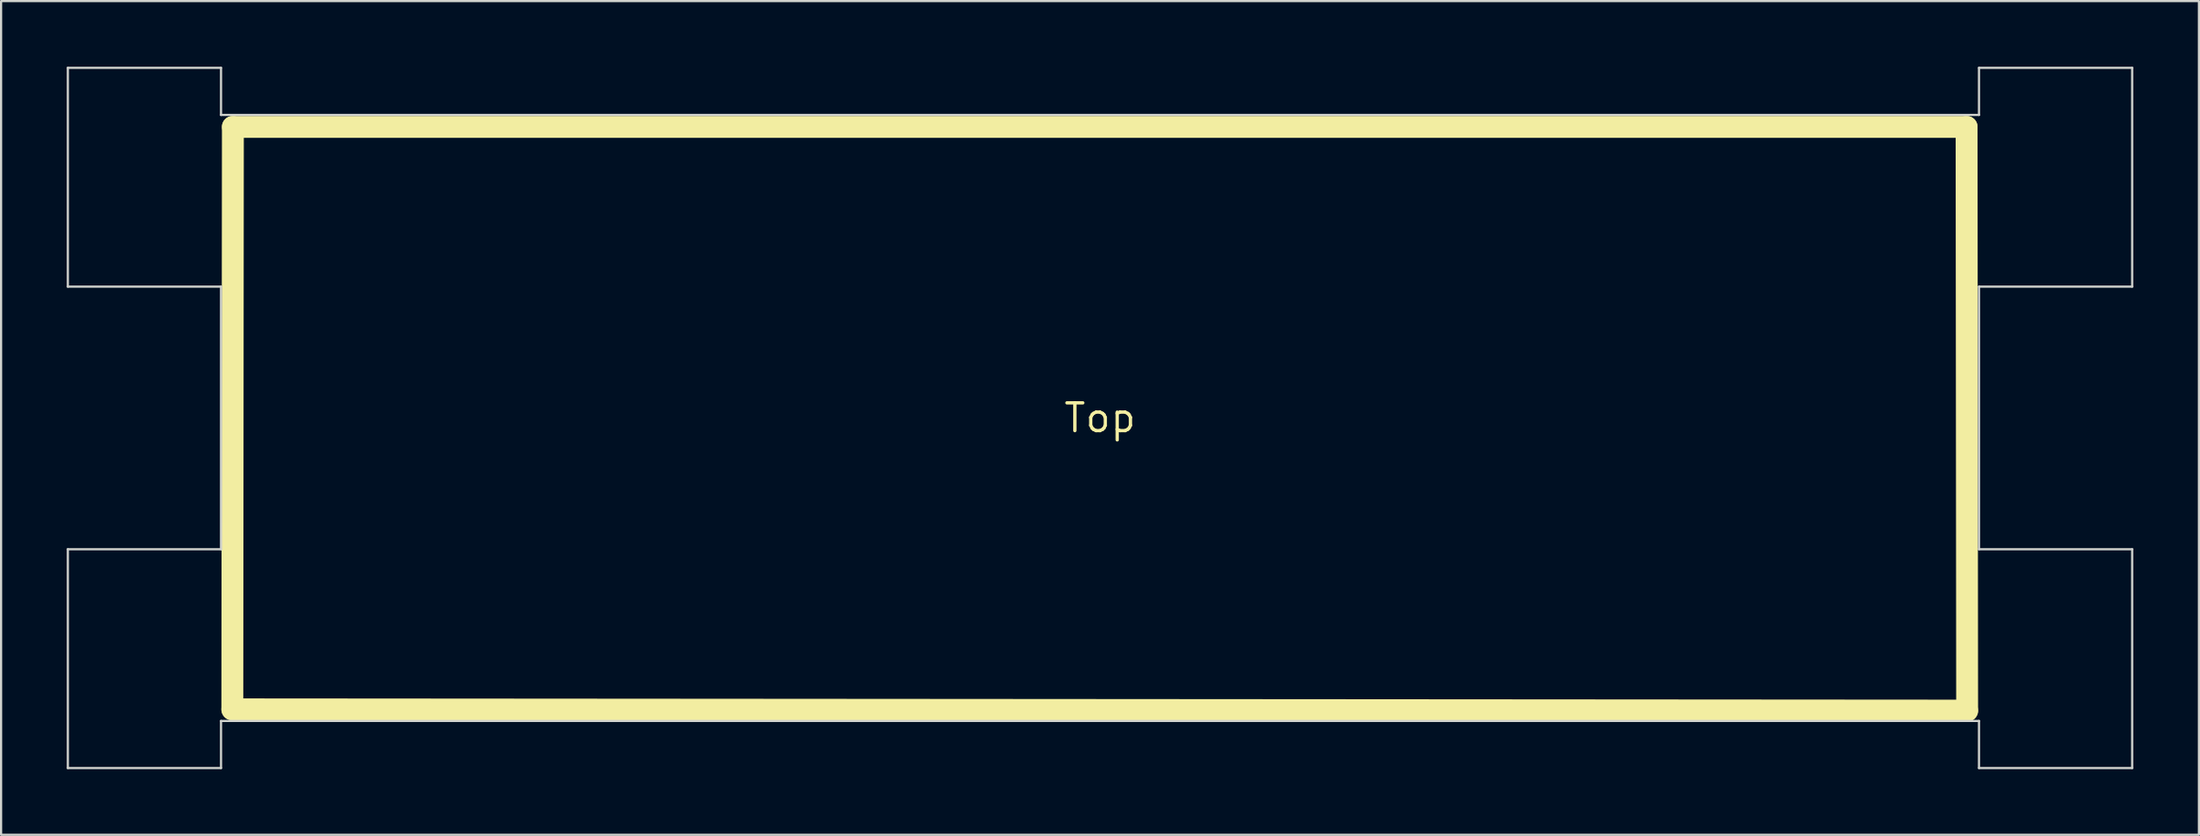
<source format=kicad_pcb>
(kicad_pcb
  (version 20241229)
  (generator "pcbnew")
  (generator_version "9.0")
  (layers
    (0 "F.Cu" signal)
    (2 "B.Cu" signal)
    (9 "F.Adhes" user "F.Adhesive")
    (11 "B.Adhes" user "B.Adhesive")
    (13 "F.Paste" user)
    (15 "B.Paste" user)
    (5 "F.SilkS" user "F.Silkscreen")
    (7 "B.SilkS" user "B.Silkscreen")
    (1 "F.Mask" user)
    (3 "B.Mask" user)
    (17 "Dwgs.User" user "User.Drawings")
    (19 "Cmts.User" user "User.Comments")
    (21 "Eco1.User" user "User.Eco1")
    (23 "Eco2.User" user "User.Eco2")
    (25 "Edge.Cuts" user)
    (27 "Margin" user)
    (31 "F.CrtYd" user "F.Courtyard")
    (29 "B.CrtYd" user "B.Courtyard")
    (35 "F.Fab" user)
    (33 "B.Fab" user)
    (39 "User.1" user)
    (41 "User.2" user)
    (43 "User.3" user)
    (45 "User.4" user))
  (footprint "Top"
    (layer "F.Cu")
    (at 47.217 16.05)
    (property "Reference" "Top" (at 0 0 0) (layer "F.SilkS") (effects (font (size 1.27 1.27) (thickness 0.15))))
    (attr through_hole)
    (fp_poly (pts (xy 28.15 -5.071) (xy 25.304 -5.071) (xy 25.304 6.998) (xy 22.685 6.998) (xy 22.685 -5.071) (xy 19.838 -5.071) (xy 19.838 -7.471) (xy 28.15 -7.471) (xy 28.15 -5.071)) (stroke (width 0.01) (type solid)) (fill yes) (layer "F.Mask"))
    (fp_poly (pts (xy -29.455 -5.071) (xy -34.071 -5.071) (xy -34.071 -1.673) (xy -29.736 -1.673) (xy -29.736 0.727) (xy -34.071 0.727) (xy -34.071 4.598) (xy -29.28 4.598) (xy -29.28 6.998) (xy -36.716 6.998) (xy -36.716 -7.471) (xy -29.455 -7.471) (xy -29.455 -5.071)) (stroke (width 0.01) (type solid)) (fill yes) (layer "F.Mask"))
    (fp_poly (pts (xy 31.724 -7.412) (xy 31.728 -7.399) (xy 31.736 -7.37) (xy 31.75 -7.325) (xy 31.768 -7.266) (xy 31.79 -7.192) (xy 31.816 -7.105) (xy 31.846 -7.005) (xy 31.88 -6.893) (xy 31.918 -6.768) (xy 31.958 -6.633) (xy 32.002 -6.488) (xy 32.049 -6.333) (xy 32.099 -6.168) (xy 32.151 -5.995) (xy 32.205 -5.815) (xy 32.262 -5.627) (xy 32.32 -5.433) (xy 32.381 -5.232) (xy 32.443 -5.027) (xy 32.506 -4.816) (xy 32.568 -4.611) (xy 33.394 -1.87) (xy 33.457 -1.865) (xy 33.497 -1.99) (xy 33.503 -2.008) (xy 33.514 -2.042) (xy 33.53 -2.092) (xy 33.55 -2.156) (xy 33.575 -2.235) (xy 33.605 -2.326) (xy 33.638 -2.431) (xy 33.675 -2.547) (xy 33.716 -2.675) (xy 33.761 -2.813) (xy 33.808 -2.962) (xy 33.859 -3.12) (xy 33.912 -3.287) (xy 33.968 -3.461) (xy 34.027 -3.644) (xy 34.087 -3.832) (xy 34.149 -4.027) (xy 34.214 -4.228) (xy 34.279 -4.433) (xy 34.346 -4.642) (xy 34.394 -4.791) (xy 35.251 -7.467) (xy 36.68 -7.469) (xy 36.847 -7.469) (xy 37.008 -7.469) (xy 37.161 -7.469) (xy 37.305 -7.469) (xy 37.44 -7.469) (xy 37.565 -7.469) (xy 37.679 -7.468) (xy 37.781 -7.468) (xy 37.871 -7.467) (xy 37.948 -7.467) (xy 38.011 -7.466) (xy 38.059 -7.465) (xy 38.091 -7.465) (xy 38.107 -7.464) (xy 38.109 -7.463) (xy 38.106 -7.455) (xy 38.096 -7.43) (xy 38.081 -7.391) (xy 38.06 -7.336) (xy 38.034 -7.267) (xy 38.002 -7.183) (xy 37.965 -7.087) (xy 37.923 -6.977) (xy 37.876 -6.855) (xy 37.824 -6.72) (xy 37.768 -6.574) (xy 37.708 -6.417) (xy 37.644 -6.249) (xy 37.575 -6.071) (xy 37.503 -5.884) (xy 37.427 -5.687) (xy 37.348 -5.481) (xy 37.266 -5.267) (xy 37.181 -5.045) (xy 37.093 -4.816) (xy 37.002 -4.58) (xy 36.909 -4.338) (xy 36.813 -4.089) (xy 36.715 -3.836) (xy 36.616 -3.577) (xy 36.514 -3.314) (xy 36.423 -3.075) (xy 34.737 1.305) (xy 34.737 6.998) (xy 32.118 6.998) (xy 32.118 1.309) (xy 30.435 -3.061) (xy 30.332 -3.328) (xy 30.231 -3.591) (xy 30.132 -3.849) (xy 30.035 -4.102) (xy 29.939 -4.35) (xy 29.846 -4.591) (xy 29.756 -4.827) (xy 29.668 -5.055) (xy 29.583 -5.276) (xy 29.501 -5.489) (xy 29.422 -5.694) (xy 29.347 -5.89) (xy 29.275 -6.077) (xy 29.207 -6.254) (xy 29.143 -6.421) (xy 29.083 -6.577) (xy 29.027 -6.722) (xy 28.976 -6.855) (xy 28.93 -6.976) (xy 28.888 -7.085) (xy 28.851 -7.18) (xy 28.82 -7.262) (xy 28.794 -7.33) (xy 28.774 -7.383) (xy 28.759 -7.422) (xy 28.751 -7.444) (xy 28.748 -7.451) (xy 28.744 -7.471) (xy 31.706 -7.471) (xy 31.724 -7.412)) (stroke (width 0.01) (type solid)) (fill yes) (layer "F.Mask"))
    (fp_poly (pts (xy -5.514 -7.392) (xy -5.264 -7.392) (xy -5.027 -7.392) (xy -4.804 -7.392) (xy -4.594 -7.391) (xy -4.398 -7.391) (xy -4.217 -7.391) (xy -4.05 -7.39) (xy -3.899 -7.39) (xy -3.762 -7.389) (xy -3.641 -7.388) (xy -3.536 -7.388) (xy -3.447 -7.387) (xy -3.374 -7.386) (xy -3.318 -7.385) (xy -3.279 -7.384) (xy -3.261 -7.383) (xy -3.044 -7.366) (xy -2.832 -7.338) (xy -2.627 -7.3) (xy -2.431 -7.253) (xy -2.246 -7.198) (xy -2.073 -7.134) (xy -1.914 -7.062) (xy -1.914 -7.062) (xy -1.787 -6.992) (xy -1.656 -6.909) (xy -1.523 -6.815) (xy -1.39 -6.711) (xy -1.261 -6.599) (xy -1.138 -6.482) (xy -0.978 -6.311) (xy -0.832 -6.133) (xy -0.7 -5.946) (xy -0.581 -5.75) (xy -0.475 -5.543) (xy -0.38 -5.324) (xy -0.303 -5.114) (xy -0.287 -5.064) (xy -0.267 -4.999) (xy -0.245 -4.926) (xy -0.222 -4.845) (xy -0.198 -4.763) (xy -0.175 -4.681) (xy -0.154 -4.604) (xy -0.135 -4.534) (xy -0.127 -4.503) (xy -0.083 -4.312) (xy -0.044 -4.105) (xy -0.01 -3.882) (xy 0.019 -3.644) (xy 0.044 -3.39) (xy 0.062 -3.147) (xy 0.067 -3.024) (xy 0.067 -2.888) (xy 0.063 -2.741) (xy 0.054 -2.586) (xy 0.04 -2.427) (xy 0.023 -2.267) (xy 0.002 -2.108) (xy -0.022 -1.954) (xy -0.036 -1.879) (xy -0.084 -1.652) (xy -0.141 -1.437) (xy -0.208 -1.23) (xy -0.286 -1.028) (xy -0.377 -0.827) (xy -0.482 -0.624) (xy -0.536 -0.529) (xy -0.663 -0.32) (xy -0.798 -0.126) (xy -0.942 0.053) (xy -1.094 0.217) (xy -1.256 0.368) (xy -1.429 0.507) (xy -1.612 0.633) (xy -1.807 0.748) (xy -1.911 0.802) (xy -2.069 0.877) (xy -2.231 0.943) (xy -2.398 1.002) (xy -2.573 1.054) (xy -2.757 1.099) (xy -2.952 1.138) (xy -3.159 1.172) (xy -3.381 1.2) (xy -3.517 1.214) (xy -3.544 1.217) (xy -3.574 1.219) (xy -3.608 1.221) (xy -3.647 1.223) (xy -3.692 1.224) (xy -3.744 1.225) (xy -3.805 1.227) (xy -3.875 1.228) (xy -3.956 1.229) (xy -4.048 1.23) (xy -4.153 1.23) (xy -4.273 1.231) (xy -4.407 1.232) (xy -4.558 1.232) (xy -4.579 1.232) (xy -5.492 1.236) (xy -5.492 6.998) (xy -8.137 6.998) (xy -8.137 -0.883) (xy -5.492 -0.883) (xy -4.824 -0.887) (xy -4.696 -0.888) (xy -4.585 -0.888) (xy -4.489 -0.889) (xy -4.407 -0.89) (xy -4.336 -0.891) (xy -4.277 -0.892) (xy -4.227 -0.893) (xy -4.186 -0.895) (xy -4.152 -0.897) (xy -4.123 -0.899) (xy -4.099 -0.901) (xy -4.078 -0.903) (xy -4.064 -0.906) (xy -3.899 -0.939) (xy -3.746 -0.984) (xy -3.604 -1.04) (xy -3.469 -1.11) (xy -3.342 -1.194) (xy -3.219 -1.293) (xy -3.15 -1.357) (xy -3.048 -1.466) (xy -2.958 -1.584) (xy -2.88 -1.713) (xy -2.812 -1.855) (xy -2.759 -1.993) (xy -2.711 -2.15) (xy -2.67 -2.32) (xy -2.636 -2.5) (xy -2.611 -2.686) (xy -2.593 -2.875) (xy -2.584 -3.064) (xy -2.585 -3.249) (xy -2.585 -3.258) (xy -2.598 -3.48) (xy -2.622 -3.692) (xy -2.658 -3.893) (xy -2.706 -4.084) (xy -2.764 -4.263) (xy -2.833 -4.429) (xy -2.913 -4.583) (xy -2.961 -4.659) (xy -3.037 -4.761) (xy -3.129 -4.856) (xy -3.234 -4.942) (xy -3.351 -5.02) (xy -3.479 -5.088) (xy -3.616 -5.145) (xy -3.761 -5.19) (xy -3.778 -5.195) (xy -3.822 -5.206) (xy -3.862 -5.215) (xy -3.899 -5.224) (xy -3.935 -5.231) (xy -3.971 -5.237) (xy -4.009 -5.242) (xy -4.05 -5.247) (xy -4.095 -5.25) (xy -4.146 -5.253) (xy -4.205 -5.255) (xy -4.272 -5.257) (xy -4.35 -5.258) (xy -4.44 -5.26) (xy -4.542 -5.26) (xy -4.659 -5.261) (xy -4.793 -5.262) (xy -4.802 -5.262) (xy -5.492 -5.265) (xy -5.492 -0.883) (xy -8.137 -0.883) (xy -8.137 -7.392) (xy -5.777 -7.392) (xy -5.514 -7.392)) (stroke (width 0.01) (type solid)) (fill yes) (layer "F.Mask"))
    (fp_poly (pts (xy -25.374 -1.672) (xy -25.341 -1.675) (xy -25.309 -1.677) (xy -23.658 -4.574) (xy -22.006 -7.471) (xy -20.576 -7.471) (xy -20.419 -7.471) (xy -20.267 -7.471) (xy -20.121 -7.471) (xy -19.981 -7.471) (xy -19.849 -7.47) (xy -19.726 -7.47) (xy -19.612 -7.47) (xy -19.508 -7.469) (xy -19.415 -7.469) (xy -19.335 -7.469) (xy -19.267 -7.468) (xy -19.214 -7.468) (xy -19.175 -7.467) (xy -19.153 -7.467) (xy -19.146 -7.466) (xy -19.151 -7.458) (xy -19.163 -7.436) (xy -19.184 -7.399) (xy -19.213 -7.349) (xy -19.249 -7.285) (xy -19.292 -7.209) (xy -19.343 -7.12) (xy -19.4 -7.02) (xy -19.463 -6.908) (xy -19.533 -6.786) (xy -19.608 -6.654) (xy -19.689 -6.512) (xy -19.775 -6.361) (xy -19.866 -6.202) (xy -19.961 -6.034) (xy -20.061 -5.858) (xy -20.166 -5.676) (xy -20.273 -5.486) (xy -20.385 -5.291) (xy -20.499 -5.09) (xy -20.617 -4.884) (xy -20.737 -4.673) (xy -20.86 -4.458) (xy -20.92 -4.353) (xy -21.044 -4.136) (xy -21.165 -3.923) (xy -21.284 -3.715) (xy -21.4 -3.511) (xy -21.513 -3.313) (xy -21.623 -3.12) (xy -21.729 -2.934) (xy -21.831 -2.755) (xy -21.928 -2.583) (xy -22.022 -2.419) (xy -22.11 -2.264) (xy -22.194 -2.117) (xy -22.272 -1.98) (xy -22.344 -1.853) (xy -22.41 -1.736) (xy -22.471 -1.63) (xy -22.524 -1.535) (xy -22.571 -1.453) (xy -22.611 -1.383) (xy -22.643 -1.325) (xy -22.668 -1.282) (xy -22.684 -1.252) (xy -22.693 -1.237) (xy -22.694 -1.235) (xy -22.69 -1.226) (xy -22.679 -1.202) (xy -22.661 -1.164) (xy -22.636 -1.111) (xy -22.604 -1.044) (xy -22.566 -0.963) (xy -22.522 -0.87) (xy -22.472 -0.763) (xy -22.416 -0.645) (xy -22.355 -0.516) (xy -22.288 -0.375) (xy -22.216 -0.223) (xy -22.139 -0.061) (xy -22.058 0.111) (xy -21.972 0.291) (xy -21.882 0.481) (xy -21.788 0.679) (xy -21.691 0.885) (xy -21.59 1.099) (xy -21.485 1.319) (xy -21.377 1.546) (xy -21.267 1.779) (xy -21.154 2.017) (xy -21.038 2.26) (xy -20.92 2.509) (xy -20.801 2.761) (xy -20.748 2.871) (xy -20.628 3.125) (xy -20.509 3.375) (xy -20.392 3.621) (xy -20.278 3.861) (xy -20.166 4.097) (xy -20.057 4.326) (xy -19.951 4.55) (xy -19.849 4.766) (xy -19.749 4.976) (xy -19.653 5.178) (xy -19.562 5.371) (xy -19.474 5.556) (xy -19.39 5.732) (xy -19.312 5.899) (xy -19.237 6.055) (xy -19.168 6.201) (xy -19.104 6.336) (xy -19.046 6.459) (xy -18.993 6.571) (xy -18.946 6.671) (xy -18.905 6.757) (xy -18.87 6.83) (xy -18.842 6.89) (xy -18.821 6.935) (xy -18.806 6.966) (xy -18.799 6.981) (xy -18.799 6.983) (xy -18.799 6.985) (xy -18.8 6.987) (xy -18.805 6.988) (xy -18.812 6.99) (xy -18.824 6.991) (xy -18.841 6.992) (xy -18.863 6.993) (xy -18.892 6.994) (xy -18.928 6.995) (xy -18.972 6.995) (xy -19.025 6.996) (xy -19.088 6.996) (xy -19.16 6.997) (xy -19.244 6.997) (xy -19.34 6.997) (xy -19.448 6.997) (xy -19.57 6.997) (xy -19.706 6.997) (xy -19.857 6.997) (xy -20.024 6.996) (xy -20.207 6.996) (xy -20.259 6.996) (xy -21.725 6.994) (xy -23.052 4.057) (xy -23.15 3.842) (xy -23.245 3.63) (xy -23.339 3.423) (xy -23.43 3.221) (xy -23.519 3.025) (xy -23.605 2.835) (xy -23.688 2.652) (xy -23.767 2.476) (xy -23.843 2.309) (xy -23.915 2.149) (xy -23.983 1.999) (xy -24.047 1.859) (xy -24.106 1.729) (xy -24.16 1.609) (xy -24.209 1.501) (xy -24.253 1.405) (xy -24.291 1.321) (xy -24.323 1.25) (xy -24.349 1.193) (xy -24.369 1.15) (xy -24.382 1.121) (xy -24.388 1.108) (xy -24.389 1.107) (xy -24.392 1.108) (xy -24.398 1.114) (xy -24.408 1.128) (xy -24.423 1.149) (xy -24.442 1.178) (xy -24.467 1.216) (xy -24.497 1.264) (xy -24.532 1.323) (xy -24.575 1.392) (xy -24.624 1.473) (xy -24.68 1.566) (xy -24.744 1.673) (xy -24.817 1.793) (xy -24.886 1.908) (xy -25.374 2.723) (xy -25.374 6.998) (xy -27.949 6.998) (xy -27.949 -7.471) (xy -25.374 -7.471) (xy -25.374 -1.672)) (stroke (width 0.01) (type solid)) (fill yes) (layer "F.Mask"))
    (fp_poly (pts (xy 13.355 -7.468) (xy 13.609 -7.468) (xy 13.847 -7.468) (xy 14.068 -7.468) (xy 14.273 -7.467) (xy 14.464 -7.467) (xy 14.64 -7.467) (xy 14.803 -7.467) (xy 14.953 -7.466) (xy 15.09 -7.466) (xy 15.215 -7.465) (xy 15.33 -7.465) (xy 15.433 -7.464) (xy 15.527 -7.464) (xy 15.612 -7.463) (xy 15.688 -7.462) (xy 15.756 -7.461) (xy 15.817 -7.46) (xy 15.872 -7.459) (xy 15.92 -7.458) (xy 15.963 -7.456) (xy 16.001 -7.455) (xy 16.035 -7.453) (xy 16.065 -7.451) (xy 16.093 -7.449) (xy 16.119 -7.447) (xy 16.143 -7.444) (xy 16.166 -7.442) (xy 16.189 -7.439) (xy 16.212 -7.436) (xy 16.236 -7.433) (xy 16.262 -7.429) (xy 16.275 -7.427) (xy 16.446 -7.4) (xy 16.62 -7.363) (xy 16.794 -7.319) (xy 16.961 -7.269) (xy 17.118 -7.213) (xy 17.206 -7.178) (xy 17.414 -7.08) (xy 17.609 -6.97) (xy 17.791 -6.848) (xy 17.962 -6.713) (xy 18.121 -6.565) (xy 18.267 -6.405) (xy 18.402 -6.233) (xy 18.524 -6.048) (xy 18.633 -5.851) (xy 18.731 -5.641) (xy 18.816 -5.419) (xy 18.889 -5.185) (xy 18.95 -4.938) (xy 18.998 -4.68) (xy 19.035 -4.409) (xy 19.058 -4.127) (xy 19.069 -3.832) (xy 19.068 -3.525) (xy 19.067 -3.473) (xy 19.053 -3.189) (xy 19.029 -2.92) (xy 18.994 -2.662) (xy 18.949 -2.416) (xy 18.893 -2.181) (xy 18.826 -1.956) (xy 18.747 -1.74) (xy 18.658 -1.532) (xy 18.648 -1.512) (xy 18.548 -1.319) (xy 18.438 -1.141) (xy 18.318 -0.977) (xy 18.186 -0.827) (xy 18.044 -0.69) (xy 17.891 -0.567) (xy 17.726 -0.457) (xy 17.55 -0.361) (xy 17.363 -0.277) (xy 17.163 -0.207) (xy 17.009 -0.163) (xy 16.955 -0.148) (xy 16.918 -0.136) (xy 16.896 -0.127) (xy 16.888 -0.119) (xy 16.893 -0.108) (xy 16.914 -0.101) (xy 16.915 -0.101) (xy 16.936 -0.098) (xy 16.969 -0.093) (xy 17.008 -0.086) (xy 17.031 -0.083) (xy 17.23 -0.042) (xy 17.422 0.013) (xy 17.605 0.082) (xy 17.778 0.166) (xy 17.942 0.265) (xy 18.074 0.36) (xy 18.125 0.403) (xy 18.182 0.454) (xy 18.24 0.51) (xy 18.298 0.569) (xy 18.351 0.627) (xy 18.396 0.68) (xy 18.43 0.723) (xy 18.506 0.843) (xy 18.578 0.98) (xy 18.643 1.131) (xy 18.701 1.295) (xy 18.753 1.473) (xy 18.798 1.662) (xy 18.835 1.862) (xy 18.865 2.073) (xy 18.887 2.291) (xy 18.892 2.352) (xy 18.896 2.428) (xy 18.901 2.515) (xy 18.907 2.611) (xy 18.912 2.714) (xy 18.917 2.819) (xy 18.921 2.925) (xy 18.925 3.029) (xy 18.929 3.126) (xy 18.931 3.216) (xy 18.932 3.223) (xy 18.933 3.287) (xy 18.936 3.365) (xy 18.939 3.457) (xy 18.943 3.561) (xy 18.947 3.673) (xy 18.951 3.793) (xy 18.956 3.917) (xy 18.96 4.044) (xy 18.965 4.172) (xy 18.97 4.298) (xy 18.975 4.421) (xy 18.976 4.445) (xy 18.981 4.566) (xy 18.987 4.694) (xy 18.994 4.826) (xy 19.001 4.961) (xy 19.008 5.096) (xy 19.016 5.231) (xy 19.023 5.361) (xy 19.031 5.487) (xy 19.039 5.606) (xy 19.046 5.715) (xy 19.053 5.813) (xy 19.06 5.899) (xy 19.066 5.969) (xy 19.067 5.987) (xy 19.085 6.107) (xy 19.113 6.23) (xy 19.151 6.35) (xy 19.197 6.465) (xy 19.25 6.57) (xy 19.296 6.643) (xy 19.324 6.68) (xy 19.359 6.721) (xy 19.398 6.762) (xy 19.437 6.8) (xy 19.473 6.832) (xy 19.502 6.853) (xy 19.504 6.854) (xy 19.518 6.863) (xy 19.527 6.873) (xy 19.53 6.889) (xy 19.532 6.914) (xy 19.532 6.934) (xy 19.532 6.998) (xy 16.705 6.998) (xy 16.652 6.886) (xy 16.588 6.739) (xy 16.535 6.59) (xy 16.493 6.443) (xy 16.463 6.302) (xy 16.453 6.228) (xy 16.449 6.185) (xy 16.444 6.13) (xy 16.438 6.066) (xy 16.433 5.998) (xy 16.428 5.931) (xy 16.427 5.916) (xy 16.422 5.847) (xy 16.417 5.773) (xy 16.411 5.7) (xy 16.406 5.632) (xy 16.401 5.576) (xy 16.4 5.57) (xy 16.398 5.539) (xy 16.395 5.491) (xy 16.393 5.426) (xy 16.389 5.345) (xy 16.386 5.247) (xy 16.382 5.133) (xy 16.378 5.004) (xy 16.374 4.859) (xy 16.37 4.699) (xy 16.365 4.525) (xy 16.36 4.337) (xy 16.355 4.135) (xy 16.352 4.027) (xy 16.348 3.871) (xy 16.344 3.72) (xy 16.341 3.574) (xy 16.337 3.434) (xy 16.333 3.302) (xy 16.33 3.178) (xy 16.327 3.063) (xy 16.324 2.958) (xy 16.322 2.864) (xy 16.319 2.783) (xy 16.317 2.714) (xy 16.316 2.66) (xy 16.314 2.62) (xy 16.313 2.597) (xy 16.313 2.591) (xy 16.31 2.565) (xy 16.306 2.528) (xy 16.301 2.487) (xy 16.299 2.47) (xy 16.277 2.311) (xy 16.246 2.152) (xy 16.208 1.998) (xy 16.165 1.854) (xy 16.146 1.8) (xy 16.125 1.746) (xy 16.098 1.685) (xy 16.068 1.619) (xy 16.036 1.552) (xy 16.004 1.487) (xy 15.972 1.428) (xy 15.944 1.377) (xy 15.92 1.338) (xy 15.912 1.327) (xy 15.832 1.233) (xy 15.739 1.15) (xy 15.633 1.077) (xy 15.515 1.017) (xy 15.385 0.968) (xy 15.29 0.941) (xy 15.255 0.933) (xy 15.224 0.926) (xy 15.194 0.919) (xy 15.165 0.914) (xy 15.135 0.909) (xy 15.103 0.905) (xy 15.068 0.901) (xy 15.028 0.898) (xy 14.983 0.896) (xy 14.93 0.894) (xy 14.87 0.892) (xy 14.799 0.891) (xy 14.718 0.89) (xy 14.625 0.889) (xy 14.519 0.888) (xy 14.398 0.888) (xy 14.261 0.887) (xy 14.213 0.887) (xy 13.409 0.884) (xy 13.409 6.998) (xy 10.756 6.998) (xy 10.756 -5.264) (xy 13.339 -5.264) (xy 13.339 -1.121) (xy 13.928 -1.121) (xy 14.033 -1.121) (xy 14.135 -1.122) (xy 14.233 -1.122) (xy 14.326 -1.123) (xy 14.411 -1.124) (xy 14.486 -1.125) (xy 14.55 -1.127) (xy 14.601 -1.128) (xy 14.637 -1.13) (xy 14.644 -1.13) (xy 14.84 -1.15) (xy 15.023 -1.18) (xy 15.192 -1.221) (xy 15.349 -1.272) (xy 15.493 -1.334) (xy 15.504 -1.34) (xy 15.613 -1.4) (xy 15.71 -1.466) (xy 15.801 -1.541) (xy 15.829 -1.567) (xy 15.935 -1.681) (xy 16.03 -1.808) (xy 16.114 -1.948) (xy 16.187 -2.101) (xy 16.248 -2.267) (xy 16.299 -2.445) (xy 16.338 -2.636) (xy 16.365 -2.838) (xy 16.381 -3.052) (xy 16.386 -3.278) (xy 16.385 -3.358) (xy 16.377 -3.541) (xy 16.362 -3.709) (xy 16.338 -3.866) (xy 16.307 -4.014) (xy 16.267 -4.155) (xy 16.26 -4.176) (xy 16.198 -4.338) (xy 16.124 -4.487) (xy 16.038 -4.623) (xy 15.94 -4.746) (xy 15.831 -4.857) (xy 15.71 -4.954) (xy 15.577 -5.038) (xy 15.433 -5.109) (xy 15.277 -5.167) (xy 15.109 -5.212) (xy 15.074 -5.219) (xy 15.034 -5.227) (xy 14.997 -5.234) (xy 14.961 -5.24) (xy 14.925 -5.245) (xy 14.886 -5.249) (xy 14.845 -5.253) (xy 14.799 -5.256) (xy 14.746 -5.258) (xy 14.687 -5.26) (xy 14.618 -5.261) (xy 14.54 -5.262) (xy 14.45 -5.263) (xy 14.347 -5.264) (xy 14.23 -5.264) (xy 14.097 -5.264) (xy 14.047 -5.264) (xy 13.339 -5.264) (xy 10.756 -5.264) (xy 10.756 -7.472) (xy 13.355 -7.468)) (stroke (width 0.01) (type solid)) (fill yes) (layer "F.Mask"))
    (fp_poly (pts (xy 4.978 -7.471) (xy 5.159 -7.471) (xy 5.324 -7.471) (xy 5.474 -7.471) (xy 5.61 -7.471) (xy 5.731 -7.471) (xy 5.84 -7.47) (xy 5.936 -7.47) (xy 6.021 -7.47) (xy 6.095 -7.469) (xy 6.159 -7.469) (xy 6.213 -7.468) (xy 6.259 -7.468) (xy 6.297 -7.467) (xy 6.328 -7.466) (xy 6.352 -7.465) (xy 6.371 -7.464) (xy 6.385 -7.463) (xy 6.394 -7.461) (xy 6.401 -7.46) (xy 6.404 -7.458) (xy 6.406 -7.456) (xy 6.406 -7.456) (xy 6.408 -7.447) (xy 6.414 -7.421) (xy 6.424 -7.379) (xy 6.438 -7.321) (xy 6.456 -7.247) (xy 6.477 -7.159) (xy 6.501 -7.055) (xy 6.529 -6.938) (xy 6.56 -6.807) (xy 6.594 -6.662) (xy 6.632 -6.504) (xy 6.672 -6.333) (xy 6.716 -6.15) (xy 6.762 -5.955) (xy 6.811 -5.749) (xy 6.862 -5.531) (xy 6.916 -5.303) (xy 6.973 -5.064) (xy 7.032 -4.815) (xy 7.093 -4.557) (xy 7.156 -4.29) (xy 7.222 -4.014) (xy 7.289 -3.729) (xy 7.358 -3.437) (xy 7.429 -3.137) (xy 7.502 -2.829) (xy 7.576 -2.515) (xy 7.652 -2.195) (xy 7.729 -1.868) (xy 7.808 -1.536) (xy 7.888 -1.199) (xy 7.969 -0.857) (xy 8.051 -0.51) (xy 8.11 -0.258) (xy 8.193 0.091) (xy 8.275 0.436) (xy 8.356 0.777) (xy 8.435 1.113) (xy 8.513 1.444) (xy 8.59 1.768) (xy 8.666 2.087) (xy 8.74 2.399) (xy 8.812 2.705) (xy 8.882 3.003) (xy 8.951 3.293) (xy 9.018 3.575) (xy 9.083 3.849) (xy 9.145 4.114) (xy 9.206 4.369) (xy 9.264 4.615) (xy 9.32 4.851) (xy 9.373 5.076) (xy 9.424 5.291) (xy 9.472 5.494) (xy 9.518 5.686) (xy 9.56 5.865) (xy 9.6 6.032) (xy 9.636 6.187) (xy 9.67 6.328) (xy 9.7 6.455) (xy 9.727 6.569) (xy 9.751 6.668) (xy 9.771 6.753) (xy 9.787 6.822) (xy 9.8 6.875) (xy 9.809 6.913) (xy 9.814 6.934) (xy 9.815 6.939) (xy 9.815 6.941) (xy 9.813 6.943) (xy 9.809 6.945) (xy 9.801 6.946) (xy 9.788 6.947) (xy 9.771 6.949) (xy 9.748 6.95) (xy 9.718 6.951) (xy 9.681 6.951) (xy 9.635 6.952) (xy 9.58 6.953) (xy 9.516 6.953) (xy 9.44 6.953) (xy 9.354 6.954) (xy 9.254 6.954) (xy 9.142 6.954) (xy 9.016 6.954) (xy 8.875 6.954) (xy 8.719 6.954) (xy 8.546 6.954) (xy 8.459 6.954) (xy 7.098 6.954) (xy 6.802 5.441) (xy 6.771 5.281) (xy 6.741 5.125) (xy 6.711 4.975) (xy 6.683 4.831) (xy 6.656 4.695) (xy 6.631 4.566) (xy 6.607 4.446) (xy 6.586 4.336) (xy 6.566 4.237) (xy 6.549 4.149) (xy 6.534 4.074) (xy 6.522 4.012) (xy 6.512 3.964) (xy 6.506 3.932) (xy 6.503 3.915) (xy 6.502 3.913) (xy 6.501 3.911) (xy 6.498 3.909) (xy 6.493 3.908) (xy 6.484 3.907) (xy 6.472 3.905) (xy 6.455 3.904) (xy 6.433 3.903) (xy 6.405 3.902) (xy 6.37 3.901) (xy 6.328 3.901) (xy 6.278 3.9) (xy 6.218 3.9) (xy 6.149 3.899) (xy 6.07 3.899) (xy 5.979 3.898) (xy 5.877 3.898) (xy 5.762 3.898) (xy 5.635 3.898) (xy 5.493 3.898) (xy 5.336 3.898) (xy 5.164 3.898) (xy 4.976 3.898) (xy 4.779 3.898) (xy 3.061 3.898) (xy 2.764 5.415) (xy 2.733 5.575) (xy 2.702 5.731) (xy 2.673 5.881) (xy 2.644 6.025) (xy 2.618 6.162) (xy 2.592 6.291) (xy 2.569 6.411) (xy 2.547 6.52) (xy 2.528 6.62) (xy 2.51 6.707) (xy 2.496 6.783) (xy 2.483 6.844) (xy 2.474 6.892) (xy 2.467 6.925) (xy 2.464 6.941) (xy 2.463 6.943) (xy 2.46 6.945) (xy 2.449 6.946) (xy 2.431 6.948) (xy 2.405 6.949) (xy 2.37 6.95) (xy 2.325 6.951) (xy 2.271 6.951) (xy 2.205 6.952) (xy 2.128 6.953) (xy 2.038 6.953) (xy 1.935 6.953) (xy 1.819 6.954) (xy 1.688 6.954) (xy 1.543 6.954) (xy 1.381 6.954) (xy 1.203 6.954) (xy 1.102 6.954) (xy -0.256 6.954) (xy -0.252 6.935) (xy -0.25 6.925) (xy -0.244 6.899) (xy -0.234 6.857) (xy -0.22 6.799) (xy -0.203 6.725) (xy -0.182 6.636) (xy -0.157 6.533) (xy -0.13 6.415) (xy -0.098 6.284) (xy -0.064 6.138) (xy -0.027 5.98) (xy 0.014 5.809) (xy 0.057 5.626) (xy 0.103 5.431) (xy 0.152 5.224) (xy 0.204 5.006) (xy 0.258 4.778) (xy 0.314 4.539) (xy 0.373 4.29) (xy 0.434 4.032) (xy 0.498 3.764) (xy 0.563 3.488) (xy 0.63 3.203) (xy 0.7 2.911) (xy 0.771 2.61) (xy 0.844 2.303) (xy 0.918 1.989) (xy 0.994 1.668) (xy 1.025 1.537) (xy 3.521 1.537) (xy 3.53 1.538) (xy 3.555 1.538) (xy 3.595 1.539) (xy 3.651 1.539) (xy 3.72 1.539) (xy 3.801 1.54) (xy 3.895 1.54) (xy 3.999 1.541) (xy 4.112 1.541) (xy 4.235 1.541) (xy 4.365 1.541) (xy 4.503 1.541) (xy 4.646 1.541) (xy 4.794 1.542) (xy 6.076 1.542) (xy 6.057 1.443) (xy 6.054 1.427) (xy 6.048 1.395) (xy 6.038 1.346) (xy 6.026 1.283) (xy 6.01 1.204) (xy 5.992 1.112) (xy 5.972 1.006) (xy 5.948 0.888) (xy 5.923 0.757) (xy 5.895 0.615) (xy 5.865 0.462) (xy 5.833 0.298) (xy 5.799 0.125) (xy 5.763 -0.057) (xy 5.726 -0.248) (xy 5.687 -0.446) (xy 5.647 -0.651) (xy 5.605 -0.863) (xy 5.563 -1.081) (xy 5.519 -1.304) (xy 5.474 -1.531) (xy 5.429 -1.763) (xy 5.425 -1.781) (xy 5.363 -2.098) (xy 5.304 -2.398) (xy 5.249 -2.682) (xy 5.196 -2.948) (xy 5.147 -3.198) (xy 5.101 -3.431) (xy 5.058 -3.647) (xy 5.019 -3.846) (xy 4.983 -4.028) (xy 4.95 -4.193) (xy 4.92 -4.341) (xy 4.894 -4.472) (xy 4.871 -4.586) (xy 4.851 -4.683) (xy 4.835 -4.763) (xy 4.821 -4.826) (xy 4.812 -4.871) (xy 4.805 -4.9) (xy 4.802 -4.911) (xy 4.802 -4.911) (xy 4.789 -4.913) (xy 4.787 -4.912) (xy 4.785 -4.904) (xy 4.78 -4.878) (xy 4.772 -4.838) (xy 4.761 -4.782) (xy 4.747 -4.712) (xy 4.73 -4.628) (xy 4.711 -4.531) (xy 4.69 -4.422) (xy 4.666 -4.302) (xy 4.64 -4.172) (xy 4.612 -4.031) (xy 4.583 -3.881) (xy 4.552 -3.723) (xy 4.519 -3.557) (xy 4.485 -3.383) (xy 4.45 -3.204) (xy 4.413 -3.019) (xy 4.376 -2.829) (xy 4.338 -2.635) (xy 4.299 -2.437) (xy 4.26 -2.237) (xy 4.22 -2.035) (xy 4.18 -1.831) (xy 4.14 -1.628) (xy 4.1 -1.424) (xy 4.06 -1.221) (xy 4.021 -1.02) (xy 3.982 -0.821) (xy 3.944 -0.626) (xy 3.906 -0.434) (xy 3.869 -0.247) (xy 3.834 -0.065) (xy 3.799 0.111) (xy 3.766 0.28) (xy 3.735 0.442) (xy 3.704 0.595) (xy 3.676 0.74) (xy 3.65 0.875) (xy 3.625 0.999) (xy 3.603 1.113) (xy 3.583 1.214) (xy 3.566 1.303) (xy 3.551 1.379) (xy 3.539 1.441) (xy 3.53 1.488) (xy 3.524 1.52) (xy 3.521 1.536) (xy 3.521 1.537) (xy 1.025 1.537) (xy 1.071 1.341) (xy 1.15 1.009) (xy 1.23 0.672) (xy 1.311 0.329) (xy 1.393 -0.018) (xy 1.455 -0.278) (xy 3.157 -7.471) (xy 4.779 -7.471) (xy 4.978 -7.471)) (stroke (width 0.01) (type solid)) (fill yes) (layer "F.Mask"))
    (fp_poly (pts (xy -13.928 -7.703) (xy -13.655 -7.692) (xy -13.386 -7.669) (xy -13.124 -7.635) (xy -13.028 -7.62) (xy -12.772 -7.569) (xy -12.528 -7.506) (xy -12.296 -7.43) (xy -12.076 -7.341) (xy -11.866 -7.24) (xy -11.666 -7.125) (xy -11.477 -6.996) (xy -11.297 -6.854) (xy -11.126 -6.698) (xy -11.07 -6.642) (xy -10.93 -6.488) (xy -10.796 -6.319) (xy -10.67 -6.14) (xy -10.554 -5.953) (xy -10.45 -5.761) (xy -10.359 -5.567) (xy -10.328 -5.492) (xy -10.209 -5.17) (xy -10.103 -4.84) (xy -10.01 -4.501) (xy -9.93 -4.153) (xy -9.863 -3.795) (xy -9.808 -3.424) (xy -9.806 -3.407) (xy -9.797 -3.333) (xy -9.788 -3.242) (xy -9.778 -3.138) (xy -9.768 -3.02) (xy -9.758 -2.891) (xy -9.748 -2.753) (xy -9.738 -2.606) (xy -9.727 -2.453) (xy -9.717 -2.294) (xy -9.707 -2.132) (xy -9.698 -1.969) (xy -9.689 -1.804) (xy -9.681 -1.641) (xy -9.673 -1.481) (xy -9.666 -1.324) (xy -9.661 -1.187) (xy -9.654 -0.989) (xy -9.65 -0.777) (xy -9.647 -0.553) (xy -9.645 -0.319) (xy -9.645 -0.078) (xy -9.647 0.167) (xy -9.65 0.413) (xy -9.654 0.658) (xy -9.66 0.899) (xy -9.668 1.134) (xy -9.676 1.36) (xy -9.686 1.574) (xy -9.692 1.673) (xy -9.713 2.006) (xy -9.738 2.322) (xy -9.766 2.622) (xy -9.799 2.908) (xy -9.835 3.18) (xy -9.876 3.439) (xy -9.921 3.685) (xy -9.971 3.919) (xy -10.025 4.143) (xy -10.084 4.356) (xy -10.147 4.56) (xy -10.216 4.756) (xy -10.288 4.938) (xy -10.38 5.148) (xy -10.476 5.343) (xy -10.576 5.524) (xy -10.682 5.692) (xy -10.795 5.85) (xy -10.916 5.999) (xy -11.045 6.14) (xy -11.071 6.167) (xy -11.225 6.313) (xy -11.392 6.452) (xy -11.567 6.582) (xy -11.748 6.701) (xy -11.931 6.806) (xy -11.999 6.841) (xy -12.175 6.922) (xy -12.36 6.992) (xy -12.556 7.054) (xy -12.763 7.106) (xy -12.982 7.148) (xy -13.215 7.182) (xy -13.462 7.208) (xy -13.585 7.217) (xy -13.655 7.221) (xy -13.738 7.224) (xy -13.83 7.227) (xy -13.928 7.229) (xy -14.027 7.23) (xy -14.125 7.23) (xy -14.218 7.23) (xy -14.301 7.229) (xy -14.372 7.227) (xy -14.39 7.226) (xy -14.678 7.206) (xy -14.953 7.175) (xy -15.214 7.133) (xy -15.463 7.08) (xy -15.698 7.015) (xy -15.92 6.938) (xy -16.13 6.851) (xy -16.327 6.752) (xy -16.431 6.691) (xy -16.564 6.608) (xy -16.684 6.526) (xy -16.795 6.442) (xy -16.901 6.353) (xy -17.006 6.257) (xy -17.062 6.201) (xy -17.208 6.046) (xy -17.345 5.88) (xy -17.471 5.704) (xy -17.59 5.517) (xy -17.699 5.317) (xy -17.802 5.103) (xy -17.897 4.876) (xy -17.986 4.632) (xy -17.99 4.619) (xy -18.05 4.436) (xy -18.105 4.25) (xy -18.156 4.059) (xy -18.203 3.864) (xy -18.246 3.662) (xy -18.286 3.452) (xy -18.322 3.235) (xy -18.355 3.008) (xy -18.384 2.77) (xy -18.411 2.521) (xy -18.434 2.26) (xy -18.455 1.985) (xy -18.473 1.695) (xy -18.489 1.39) (xy -18.498 1.171) (xy -18.503 1.028) (xy -18.508 0.869) (xy -18.511 0.697) (xy -18.514 0.515) (xy -18.516 0.324) (xy -18.517 0.228) (xy -15.866 0.228) (xy -15.866 0.431) (xy -15.866 0.618) (xy -15.866 0.789) (xy -15.865 0.946) (xy -15.865 1.09) (xy -15.864 1.222) (xy -15.863 1.343) (xy -15.862 1.454) (xy -15.861 1.556) (xy -15.859 1.651) (xy -15.857 1.739) (xy -15.855 1.822) (xy -15.853 1.9) (xy -15.851 1.974) (xy -15.848 2.047) (xy -15.844 2.118) (xy -15.841 2.189) (xy -15.837 2.262) (xy -15.832 2.336) (xy -15.831 2.357) (xy -15.814 2.595) (xy -15.795 2.816) (xy -15.772 3.022) (xy -15.745 3.215) (xy -15.715 3.395) (xy -15.68 3.564) (xy -15.641 3.723) (xy -15.598 3.873) (xy -15.549 4.016) (xy -15.496 4.152) (xy -15.437 4.283) (xy -15.418 4.322) (xy -15.359 4.432) (xy -15.295 4.534) (xy -15.226 4.628) (xy -15.156 4.712) (xy -15.085 4.783) (xy -15.014 4.84) (xy -14.978 4.864) (xy -14.828 4.943) (xy -14.67 5.007) (xy -14.504 5.057) (xy -14.332 5.091) (xy -14.32 5.093) (xy -14.261 5.099) (xy -14.189 5.102) (xy -14.108 5.104) (xy -14.023 5.103) (xy -13.937 5.1) (xy -13.856 5.095) (xy -13.784 5.088) (xy -13.729 5.081) (xy -13.588 5.051) (xy -13.461 5.011) (xy -13.344 4.962) (xy -13.235 4.902) (xy -13.133 4.829) (xy -13.102 4.804) (xy -13.021 4.727) (xy -12.942 4.635) (xy -12.866 4.528) (xy -12.794 4.41) (xy -12.726 4.281) (xy -12.665 4.143) (xy -12.611 3.999) (xy -12.564 3.85) (xy -12.547 3.784) (xy -12.495 3.556) (xy -12.448 3.315) (xy -12.408 3.066) (xy -12.376 2.813) (xy -12.35 2.559) (xy -12.333 2.308) (xy -12.324 2.065) (xy -12.323 1.958) (xy -12.323 1.887) (xy -12.322 1.809) (xy -12.321 1.723) (xy -12.319 1.63) (xy -12.317 1.527) (xy -12.314 1.414) (xy -12.311 1.29) (xy -12.307 1.154) (xy -12.302 1.006) (xy -12.296 0.844) (xy -12.29 0.669) (xy -12.283 0.478) (xy -12.276 0.271) (xy -12.267 0.048) (xy -12.265 -0.028) (xy -12.263 -0.12) (xy -12.262 -0.224) (xy -12.261 -0.338) (xy -12.261 -0.461) (xy -12.261 -0.588) (xy -12.262 -0.719) (xy -12.263 -0.85) (xy -12.264 -0.98) (xy -12.266 -1.105) (xy -12.269 -1.223) (xy -12.271 -1.333) (xy -12.275 -1.43) (xy -12.275 -1.432) (xy -12.276 -1.48) (xy -12.279 -1.541) (xy -12.281 -1.611) (xy -12.284 -1.687) (xy -12.287 -1.763) (xy -12.289 -1.822) (xy -12.293 -1.922) (xy -12.297 -2.031) (xy -12.302 -2.145) (xy -12.307 -2.262) (xy -12.313 -2.379) (xy -12.319 -2.495) (xy -12.324 -2.606) (xy -12.33 -2.709) (xy -12.335 -2.803) (xy -12.34 -2.885) (xy -12.345 -2.952) (xy -12.346 -2.96) (xy -12.365 -3.192) (xy -12.387 -3.406) (xy -12.413 -3.605) (xy -12.442 -3.789) (xy -12.476 -3.957) (xy -12.512 -4.112) (xy -12.553 -4.253) (xy -12.598 -4.381) (xy -12.628 -4.454) (xy -12.704 -4.623) (xy -12.781 -4.775) (xy -12.858 -4.91) (xy -12.935 -5.029) (xy -13.013 -5.132) (xy -13.092 -5.22) (xy -13.172 -5.293) (xy -13.234 -5.338) (xy -13.368 -5.416) (xy -13.51 -5.479) (xy -13.66 -5.527) (xy -13.818 -5.559) (xy -13.983 -5.576) (xy -14.081 -5.579) (xy -14.234 -5.573) (xy -14.383 -5.554) (xy -14.526 -5.524) (xy -14.66 -5.482) (xy -14.785 -5.43) (xy -14.897 -5.368) (xy -14.917 -5.354) (xy -14.971 -5.315) (xy -15.029 -5.267) (xy -15.088 -5.215) (xy -15.141 -5.163) (xy -15.184 -5.117) (xy -15.258 -5.021) (xy -15.331 -4.911) (xy -15.4 -4.789) (xy -15.464 -4.658) (xy -15.522 -4.522) (xy -15.572 -4.383) (xy -15.612 -4.245) (xy -15.613 -4.244) (xy -15.648 -4.095) (xy -15.683 -3.931) (xy -15.715 -3.756) (xy -15.745 -3.572) (xy -15.772 -3.383) (xy -15.796 -3.192) (xy -15.814 -3.026) (xy -15.818 -2.967) (xy -15.823 -2.891) (xy -15.828 -2.799) (xy -15.832 -2.692) (xy -15.836 -2.571) (xy -15.84 -2.435) (xy -15.843 -2.286) (xy -15.847 -2.125) (xy -15.85 -1.953) (xy -15.853 -1.769) (xy -15.856 -1.576) (xy -15.858 -1.373) (xy -15.86 -1.161) (xy -15.862 -0.941) (xy -15.863 -0.714) (xy -15.865 -0.481) (xy -15.865 -0.242) (xy -15.866 0.002) (xy -15.866 0.228) (xy -18.517 0.228) (xy -18.518 0.127) (xy -18.519 -0.074) (xy -18.519 -0.276) (xy -18.518 -0.478) (xy -18.517 -0.677) (xy -18.515 -0.871) (xy -18.512 -1.057) (xy -18.509 -1.234) (xy -18.505 -1.398) (xy -18.5 -1.549) (xy -18.498 -1.594) (xy -18.482 -1.955) (xy -18.462 -2.299) (xy -18.438 -2.628) (xy -18.411 -2.941) (xy -18.38 -3.238) (xy -18.345 -3.522) (xy -18.305 -3.791) (xy -18.262 -4.047) (xy -18.214 -4.291) (xy -18.163 -4.522) (xy -18.106 -4.741) (xy -18.045 -4.949) (xy -17.98 -5.147) (xy -17.909 -5.334) (xy -17.834 -5.512) (xy -17.789 -5.609) (xy -17.719 -5.747) (xy -17.637 -5.892) (xy -17.545 -6.039) (xy -17.447 -6.185) (xy -17.344 -6.325) (xy -17.239 -6.457) (xy -17.229 -6.468) (xy -17.153 -6.555) (xy -17.064 -6.648) (xy -16.968 -6.742) (xy -16.868 -6.834) (xy -16.768 -6.921) (xy -16.671 -7) (xy -16.622 -7.036) (xy -16.471 -7.138) (xy -16.305 -7.233) (xy -16.126 -7.321) (xy -15.934 -7.401) (xy -15.731 -7.472) (xy -15.519 -7.534) (xy -15.298 -7.587) (xy -15.247 -7.597) (xy -14.999 -7.64) (xy -14.74 -7.673) (xy -14.474 -7.694) (xy -14.202 -7.704) (xy -13.928 -7.703)) (stroke (width 0.01) (type solid)) (fill yes) (layer "F.Mask"))
    (fp_poly (pts (xy 28.151 -5.068) (xy 25.305 -5.068) (xy 25.305 7.001) (xy 22.686 7.001) (xy 22.686 -5.068) (xy 19.839 -5.068) (xy 19.839 -7.468) (xy 28.151 -7.468) (xy 28.151 -5.068)) (stroke (width 0.01) (type solid)) (fill yes) (layer "B.Mask"))
    (fp_poly (pts (xy -29.454 -5.068) (xy -34.07 -5.068) (xy -34.07 -1.67) (xy -29.734 -1.67) (xy -29.734 0.73) (xy -34.07 0.73) (xy -34.07 4.601) (xy -29.279 4.601) (xy -29.279 7.001) (xy -36.715 7.001) (xy -36.715 -7.468) (xy -29.454 -7.468) (xy -29.454 -5.068)) (stroke (width 0.01) (type solid)) (fill yes) (layer "B.Mask"))
    (fp_poly (pts (xy 31.725 -7.409) (xy 31.729 -7.396) (xy 31.737 -7.367) (xy 31.751 -7.322) (xy 31.769 -7.263) (xy 31.791 -7.189) (xy 31.817 -7.102) (xy 31.847 -7.002) (xy 31.881 -6.89) (xy 31.919 -6.765) (xy 31.959 -6.63) (xy 32.003 -6.485) (xy 32.05 -6.33) (xy 32.1 -6.165) (xy 32.152 -5.992) (xy 32.206 -5.812) (xy 32.263 -5.624) (xy 32.322 -5.429) (xy 32.382 -5.229) (xy 32.444 -5.024) (xy 32.507 -4.813) (xy 32.569 -4.608) (xy 33.395 -1.867) (xy 33.458 -1.862) (xy 33.498 -1.987) (xy 33.504 -2.005) (xy 33.515 -2.039) (xy 33.531 -2.089) (xy 33.551 -2.153) (xy 33.576 -2.232) (xy 33.606 -2.323) (xy 33.639 -2.428) (xy 33.676 -2.544) (xy 33.717 -2.672) (xy 33.762 -2.81) (xy 33.809 -2.959) (xy 33.86 -3.117) (xy 33.913 -3.284) (xy 33.969 -3.458) (xy 34.028 -3.64) (xy 34.088 -3.829) (xy 34.15 -4.024) (xy 34.215 -4.225) (xy 34.28 -4.43) (xy 34.347 -4.639) (xy 34.395 -4.788) (xy 35.252 -7.464) (xy 36.681 -7.466) (xy 36.848 -7.466) (xy 37.009 -7.466) (xy 37.162 -7.466) (xy 37.306 -7.466) (xy 37.441 -7.466) (xy 37.566 -7.466) (xy 37.68 -7.465) (xy 37.782 -7.465) (xy 37.872 -7.464) (xy 37.949 -7.464) (xy 38.012 -7.463) (xy 38.06 -7.462) (xy 38.092 -7.462) (xy 38.108 -7.461) (xy 38.11 -7.46) (xy 38.107 -7.452) (xy 38.097 -7.427) (xy 38.082 -7.388) (xy 38.061 -7.333) (xy 38.035 -7.264) (xy 38.003 -7.18) (xy 37.966 -7.084) (xy 37.924 -6.974) (xy 37.877 -6.852) (xy 37.825 -6.717) (xy 37.769 -6.571) (xy 37.709 -6.414) (xy 37.645 -6.246) (xy 37.576 -6.068) (xy 37.504 -5.881) (xy 37.428 -5.684) (xy 37.349 -5.478) (xy 37.267 -5.264) (xy 37.182 -5.042) (xy 37.094 -4.813) (xy 37.003 -4.577) (xy 36.91 -4.335) (xy 36.814 -4.086) (xy 36.716 -3.833) (xy 36.617 -3.574) (xy 36.516 -3.311) (xy 36.424 -3.072) (xy 34.738 1.308) (xy 34.738 7.001) (xy 32.119 7.001) (xy 32.119 1.312) (xy 30.436 -3.058) (xy 30.333 -3.325) (xy 30.232 -3.588) (xy 30.133 -3.846) (xy 30.036 -4.099) (xy 29.94 -4.346) (xy 29.847 -4.588) (xy 29.757 -4.824) (xy 29.669 -5.052) (xy 29.584 -5.273) (xy 29.502 -5.486) (xy 29.423 -5.691) (xy 29.348 -5.887) (xy 29.276 -6.074) (xy 29.208 -6.251) (xy 29.144 -6.418) (xy 29.084 -6.574) (xy 29.028 -6.719) (xy 28.977 -6.852) (xy 28.931 -6.973) (xy 28.889 -7.082) (xy 28.852 -7.177) (xy 28.821 -7.259) (xy 28.795 -7.327) (xy 28.775 -7.38) (xy 28.76 -7.419) (xy 28.752 -7.441) (xy 28.749 -7.448) (xy 28.745 -7.468) (xy 31.707 -7.468) (xy 31.725 -7.409)) (stroke (width 0.01) (type solid)) (fill yes) (layer "B.Mask"))
    (fp_poly (pts (xy -5.513 -7.389) (xy -5.263 -7.389) (xy -5.026 -7.389) (xy -4.803 -7.389) (xy -4.593 -7.388) (xy -4.397 -7.388) (xy -4.216 -7.388) (xy -4.049 -7.387) (xy -3.898 -7.387) (xy -3.761 -7.386) (xy -3.64 -7.385) (xy -3.535 -7.385) (xy -3.445 -7.384) (xy -3.373 -7.383) (xy -3.317 -7.382) (xy -3.278 -7.381) (xy -3.26 -7.38) (xy -3.043 -7.363) (xy -2.831 -7.335) (xy -2.626 -7.297) (xy -2.43 -7.25) (xy -2.245 -7.195) (xy -2.072 -7.131) (xy -1.913 -7.059) (xy -1.913 -7.059) (xy -1.786 -6.989) (xy -1.655 -6.906) (xy -1.522 -6.812) (xy -1.389 -6.708) (xy -1.26 -6.596) (xy -1.137 -6.479) (xy -0.977 -6.308) (xy -0.831 -6.13) (xy -0.699 -5.943) (xy -0.58 -5.747) (xy -0.474 -5.54) (xy -0.379 -5.32) (xy -0.302 -5.111) (xy -0.286 -5.061) (xy -0.266 -4.996) (xy -0.244 -4.922) (xy -0.22 -4.842) (xy -0.197 -4.76) (xy -0.174 -4.678) (xy -0.153 -4.601) (xy -0.134 -4.531) (xy -0.126 -4.5) (xy -0.082 -4.309) (xy -0.043 -4.102) (xy -0.009 -3.879) (xy 0.02 -3.641) (xy 0.045 -3.387) (xy 0.063 -3.144) (xy 0.068 -3.021) (xy 0.068 -2.885) (xy 0.064 -2.738) (xy 0.055 -2.583) (xy 0.041 -2.424) (xy 0.024 -2.264) (xy 0.003 -2.105) (xy -0.021 -1.951) (xy -0.035 -1.876) (xy -0.083 -1.649) (xy -0.14 -1.434) (xy -0.207 -1.227) (xy -0.285 -1.025) (xy -0.376 -0.824) (xy -0.481 -0.621) (xy -0.534 -0.526) (xy -0.662 -0.317) (xy -0.797 -0.123) (xy -0.941 0.056) (xy -1.093 0.22) (xy -1.255 0.371) (xy -1.428 0.51) (xy -1.611 0.636) (xy -1.806 0.751) (xy -1.91 0.805) (xy -2.068 0.88) (xy -2.23 0.946) (xy -2.397 1.005) (xy -2.572 1.057) (xy -2.756 1.102) (xy -2.951 1.141) (xy -3.158 1.175) (xy -3.38 1.203) (xy -3.516 1.217) (xy -3.543 1.22) (xy -3.573 1.222) (xy -3.607 1.224) (xy -3.646 1.226) (xy -3.691 1.227) (xy -3.743 1.228) (xy -3.804 1.23) (xy -3.874 1.231) (xy -3.955 1.232) (xy -4.047 1.233) (xy -4.152 1.233) (xy -4.272 1.234) (xy -4.406 1.235) (xy -4.557 1.235) (xy -4.578 1.235) (xy -5.491 1.239) (xy -5.491 7.001) (xy -8.136 7.001) (xy -8.136 -0.88) (xy -5.491 -0.88) (xy -4.823 -0.884) (xy -4.695 -0.885) (xy -4.584 -0.885) (xy -4.488 -0.886) (xy -4.405 -0.887) (xy -4.335 -0.888) (xy -4.276 -0.889) (xy -4.226 -0.89) (xy -4.185 -0.892) (xy -4.151 -0.894) (xy -4.122 -0.895) (xy -4.098 -0.898) (xy -4.077 -0.9) (xy -4.063 -0.903) (xy -3.898 -0.936) (xy -3.745 -0.981) (xy -3.603 -1.037) (xy -3.468 -1.107) (xy -3.341 -1.191) (xy -3.218 -1.29) (xy -3.149 -1.354) (xy -3.047 -1.463) (xy -2.957 -1.581) (xy -2.879 -1.71) (xy -2.811 -1.852) (xy -2.758 -1.99) (xy -2.71 -2.147) (xy -2.669 -2.317) (xy -2.635 -2.496) (xy -2.61 -2.683) (xy -2.592 -2.872) (xy -2.583 -3.061) (xy -2.584 -3.246) (xy -2.584 -3.255) (xy -2.597 -3.477) (xy -2.621 -3.689) (xy -2.657 -3.89) (xy -2.705 -4.081) (xy -2.763 -4.26) (xy -2.832 -4.426) (xy -2.912 -4.58) (xy -2.96 -4.656) (xy -3.036 -4.758) (xy -3.128 -4.853) (xy -3.233 -4.939) (xy -3.35 -5.017) (xy -3.478 -5.085) (xy -3.615 -5.142) (xy -3.76 -5.187) (xy -3.777 -5.192) (xy -3.821 -5.203) (xy -3.861 -5.212) (xy -3.898 -5.221) (xy -3.934 -5.228) (xy -3.97 -5.234) (xy -4.008 -5.239) (xy -4.048 -5.244) (xy -4.094 -5.247) (xy -4.145 -5.25) (xy -4.204 -5.252) (xy -4.271 -5.254) (xy -4.349 -5.255) (xy -4.439 -5.256) (xy -4.541 -5.257) (xy -4.658 -5.258) (xy -4.791 -5.259) (xy -4.801 -5.259) (xy -5.491 -5.262) (xy -5.491 -0.88) (xy -8.136 -0.88) (xy -8.136 -7.389) (xy -5.776 -7.389) (xy -5.513 -7.389)) (stroke (width 0.01) (type solid)) (fill yes) (layer "B.Mask"))
    (fp_poly (pts (xy -25.373 -1.669) (xy -25.34 -1.672) (xy -25.308 -1.674) (xy -23.657 -4.571) (xy -22.005 -7.467) (xy -20.575 -7.468) (xy -20.418 -7.468) (xy -20.266 -7.468) (xy -20.12 -7.468) (xy -19.98 -7.467) (xy -19.848 -7.467) (xy -19.725 -7.467) (xy -19.611 -7.467) (xy -19.507 -7.466) (xy -19.414 -7.466) (xy -19.334 -7.466) (xy -19.266 -7.465) (xy -19.213 -7.465) (xy -19.174 -7.464) (xy -19.151 -7.464) (xy -19.145 -7.463) (xy -19.15 -7.455) (xy -19.162 -7.433) (xy -19.183 -7.396) (xy -19.212 -7.346) (xy -19.248 -7.282) (xy -19.291 -7.206) (xy -19.342 -7.117) (xy -19.399 -7.017) (xy -19.462 -6.905) (xy -19.532 -6.783) (xy -19.607 -6.651) (xy -19.688 -6.509) (xy -19.774 -6.358) (xy -19.865 -6.198) (xy -19.96 -6.031) (xy -20.06 -5.855) (xy -20.164 -5.672) (xy -20.272 -5.483) (xy -20.384 -5.288) (xy -20.498 -5.087) (xy -20.616 -4.881) (xy -20.736 -4.67) (xy -20.859 -4.455) (xy -20.919 -4.35) (xy -21.043 -4.133) (xy -21.164 -3.92) (xy -21.283 -3.712) (xy -21.399 -3.508) (xy -21.512 -3.31) (xy -21.622 -3.117) (xy -21.728 -2.931) (xy -21.83 -2.752) (xy -21.927 -2.58) (xy -22.021 -2.416) (xy -22.109 -2.261) (xy -22.193 -2.114) (xy -22.271 -1.977) (xy -22.343 -1.85) (xy -22.409 -1.733) (xy -22.47 -1.627) (xy -22.523 -1.532) (xy -22.57 -1.45) (xy -22.61 -1.38) (xy -22.642 -1.322) (xy -22.667 -1.279) (xy -22.683 -1.249) (xy -22.692 -1.234) (xy -22.693 -1.232) (xy -22.689 -1.223) (xy -22.678 -1.199) (xy -22.66 -1.161) (xy -22.635 -1.108) (xy -22.603 -1.041) (xy -22.565 -0.96) (xy -22.521 -0.867) (xy -22.471 -0.76) (xy -22.415 -0.642) (xy -22.354 -0.512) (xy -22.287 -0.372) (xy -22.215 -0.22) (xy -22.138 -0.058) (xy -22.057 0.114) (xy -21.971 0.294) (xy -21.881 0.484) (xy -21.787 0.682) (xy -21.69 0.888) (xy -21.589 1.102) (xy -21.484 1.322) (xy -21.376 1.549) (xy -21.266 1.782) (xy -21.153 2.02) (xy -21.037 2.263) (xy -20.919 2.512) (xy -20.8 2.764) (xy -20.747 2.874) (xy -20.627 3.128) (xy -20.508 3.378) (xy -20.391 3.624) (xy -20.277 3.864) (xy -20.165 4.1) (xy -20.056 4.33) (xy -19.95 4.553) (xy -19.848 4.77) (xy -19.748 4.979) (xy -19.652 5.181) (xy -19.561 5.374) (xy -19.473 5.559) (xy -19.389 5.735) (xy -19.31 5.902) (xy -19.236 6.058) (xy -19.167 6.204) (xy -19.103 6.339) (xy -19.045 6.463) (xy -18.992 6.574) (xy -18.945 6.674) (xy -18.904 6.76) (xy -18.869 6.833) (xy -18.841 6.893) (xy -18.82 6.938) (xy -18.805 6.969) (xy -18.798 6.984) (xy -18.797 6.986) (xy -18.797 6.988) (xy -18.799 6.99) (xy -18.804 6.991) (xy -18.811 6.993) (xy -18.823 6.994) (xy -18.84 6.995) (xy -18.862 6.996) (xy -18.891 6.997) (xy -18.927 6.998) (xy -18.971 6.998) (xy -19.024 6.999) (xy -19.087 6.999) (xy -19.159 7) (xy -19.243 7) (xy -19.339 7) (xy -19.447 7) (xy -19.569 7) (xy -19.705 7) (xy -19.856 7) (xy -20.023 6.999) (xy -20.206 6.999) (xy -20.258 6.999) (xy -21.724 6.997) (xy -23.051 4.06) (xy -23.149 3.845) (xy -23.244 3.633) (xy -23.338 3.426) (xy -23.429 3.224) (xy -23.518 3.028) (xy -23.604 2.838) (xy -23.687 2.655) (xy -23.766 2.479) (xy -23.842 2.312) (xy -23.914 2.152) (xy -23.982 2.002) (xy -24.046 1.862) (xy -24.105 1.732) (xy -24.159 1.612) (xy -24.208 1.504) (xy -24.252 1.408) (xy -24.29 1.324) (xy -24.322 1.253) (xy -24.348 1.196) (xy -24.368 1.153) (xy -24.381 1.124) (xy -24.387 1.111) (xy -24.387 1.11) (xy -24.391 1.111) (xy -24.397 1.117) (xy -24.407 1.131) (xy -24.422 1.152) (xy -24.441 1.181) (xy -24.466 1.219) (xy -24.495 1.267) (xy -24.531 1.326) (xy -24.574 1.395) (xy -24.623 1.476) (xy -24.679 1.569) (xy -24.743 1.676) (xy -24.816 1.796) (xy -24.885 1.911) (xy -25.373 2.726) (xy -25.373 7.001) (xy -27.948 7.001) (xy -27.948 -7.468) (xy -25.373 -7.468) (xy -25.373 -1.669)) (stroke (width 0.01) (type solid)) (fill yes) (layer "B.Mask"))
    (fp_poly (pts (xy 13.356 -7.465) (xy 13.61 -7.465) (xy 13.848 -7.465) (xy 14.069 -7.465) (xy 14.274 -7.464) (xy 14.465 -7.464) (xy 14.641 -7.464) (xy 14.804 -7.464) (xy 14.954 -7.463) (xy 15.091 -7.463) (xy 15.216 -7.462) (xy 15.331 -7.462) (xy 15.434 -7.461) (xy 15.528 -7.461) (xy 15.613 -7.46) (xy 15.689 -7.459) (xy 15.757 -7.458) (xy 15.818 -7.457) (xy 15.873 -7.456) (xy 15.921 -7.455) (xy 15.964 -7.453) (xy 16.002 -7.452) (xy 16.036 -7.45) (xy 16.066 -7.448) (xy 16.094 -7.446) (xy 16.12 -7.444) (xy 16.144 -7.441) (xy 16.167 -7.439) (xy 16.19 -7.436) (xy 16.213 -7.433) (xy 16.237 -7.43) (xy 16.263 -7.426) (xy 16.276 -7.424) (xy 16.447 -7.397) (xy 16.622 -7.36) (xy 16.795 -7.316) (xy 16.962 -7.266) (xy 17.119 -7.21) (xy 17.208 -7.174) (xy 17.415 -7.077) (xy 17.61 -6.967) (xy 17.792 -6.845) (xy 17.963 -6.71) (xy 18.122 -6.562) (xy 18.268 -6.402) (xy 18.403 -6.23) (xy 18.525 -6.045) (xy 18.635 -5.847) (xy 18.732 -5.638) (xy 18.817 -5.416) (xy 18.89 -5.182) (xy 18.951 -4.935) (xy 19 -4.677) (xy 19.036 -4.406) (xy 19.059 -4.124) (xy 19.07 -3.829) (xy 19.069 -3.522) (xy 19.068 -3.47) (xy 19.054 -3.186) (xy 19.03 -2.916) (xy 18.995 -2.659) (xy 18.95 -2.413) (xy 18.894 -2.178) (xy 18.827 -1.953) (xy 18.748 -1.737) (xy 18.659 -1.529) (xy 18.649 -1.509) (xy 18.549 -1.316) (xy 18.439 -1.138) (xy 18.319 -0.974) (xy 18.187 -0.824) (xy 18.045 -0.687) (xy 17.892 -0.564) (xy 17.727 -0.454) (xy 17.551 -0.358) (xy 17.364 -0.274) (xy 17.164 -0.204) (xy 17.01 -0.16) (xy 16.956 -0.145) (xy 16.919 -0.133) (xy 16.897 -0.124) (xy 16.889 -0.116) (xy 16.894 -0.105) (xy 16.915 -0.098) (xy 16.916 -0.098) (xy 16.937 -0.095) (xy 16.97 -0.09) (xy 17.009 -0.083) (xy 17.032 -0.079) (xy 17.231 -0.039) (xy 17.423 0.016) (xy 17.606 0.085) (xy 17.779 0.169) (xy 17.943 0.268) (xy 18.075 0.363) (xy 18.126 0.406) (xy 18.183 0.457) (xy 18.241 0.513) (xy 18.299 0.572) (xy 18.352 0.63) (xy 18.397 0.683) (xy 18.431 0.726) (xy 18.508 0.847) (xy 18.579 0.983) (xy 18.644 1.134) (xy 18.702 1.298) (xy 18.754 1.476) (xy 18.799 1.665) (xy 18.836 1.865) (xy 18.866 2.076) (xy 18.888 2.294) (xy 18.893 2.355) (xy 18.897 2.431) (xy 18.902 2.518) (xy 18.908 2.614) (xy 18.913 2.717) (xy 18.918 2.822) (xy 18.922 2.928) (xy 18.926 3.032) (xy 18.93 3.129) (xy 18.933 3.219) (xy 18.933 3.226) (xy 18.935 3.29) (xy 18.937 3.368) (xy 18.94 3.46) (xy 18.944 3.564) (xy 18.948 3.676) (xy 18.952 3.796) (xy 18.957 3.92) (xy 18.961 4.047) (xy 18.966 4.175) (xy 18.971 4.301) (xy 18.976 4.424) (xy 18.977 4.448) (xy 18.982 4.569) (xy 18.988 4.697) (xy 18.995 4.829) (xy 19.002 4.964) (xy 19.009 5.099) (xy 19.017 5.234) (xy 19.024 5.365) (xy 19.032 5.49) (xy 19.04 5.609) (xy 19.047 5.718) (xy 19.054 5.816) (xy 19.061 5.902) (xy 19.067 5.972) (xy 19.069 5.99) (xy 19.086 6.11) (xy 19.114 6.233) (xy 19.152 6.353) (xy 19.198 6.468) (xy 19.251 6.573) (xy 19.297 6.646) (xy 19.325 6.683) (xy 19.36 6.724) (xy 19.399 6.765) (xy 19.438 6.803) (xy 19.474 6.835) (xy 19.503 6.856) (xy 19.505 6.857) (xy 19.519 6.866) (xy 19.528 6.876) (xy 19.532 6.892) (xy 19.533 6.917) (xy 19.533 6.937) (xy 19.533 7.001) (xy 16.706 7.001) (xy 16.653 6.889) (xy 16.589 6.742) (xy 16.536 6.593) (xy 16.494 6.446) (xy 16.464 6.305) (xy 16.454 6.231) (xy 16.45 6.188) (xy 16.445 6.133) (xy 16.439 6.069) (xy 16.434 6.001) (xy 16.429 5.934) (xy 16.428 5.919) (xy 16.423 5.85) (xy 16.418 5.776) (xy 16.412 5.703) (xy 16.407 5.635) (xy 16.402 5.579) (xy 16.401 5.574) (xy 16.399 5.542) (xy 16.397 5.494) (xy 16.394 5.429) (xy 16.391 5.348) (xy 16.387 5.25) (xy 16.383 5.136) (xy 16.379 5.007) (xy 16.375 4.862) (xy 16.371 4.703) (xy 16.366 4.528) (xy 16.361 4.34) (xy 16.356 4.138) (xy 16.353 4.03) (xy 16.349 3.874) (xy 16.345 3.723) (xy 16.342 3.577) (xy 16.338 3.437) (xy 16.334 3.305) (xy 16.331 3.181) (xy 16.328 3.066) (xy 16.325 2.961) (xy 16.323 2.868) (xy 16.32 2.786) (xy 16.318 2.718) (xy 16.317 2.663) (xy 16.315 2.624) (xy 16.314 2.6) (xy 16.314 2.594) (xy 16.311 2.568) (xy 16.307 2.531) (xy 16.302 2.49) (xy 16.3 2.473) (xy 16.278 2.314) (xy 16.247 2.155) (xy 16.21 2.001) (xy 16.166 1.857) (xy 16.147 1.803) (xy 16.126 1.749) (xy 16.099 1.688) (xy 16.069 1.622) (xy 16.037 1.555) (xy 16.005 1.49) (xy 15.974 1.431) (xy 15.945 1.38) (xy 15.921 1.341) (xy 15.913 1.33) (xy 15.833 1.236) (xy 15.74 1.153) (xy 15.634 1.08) (xy 15.516 1.02) (xy 15.386 0.971) (xy 15.291 0.944) (xy 15.256 0.936) (xy 15.225 0.929) (xy 15.195 0.922) (xy 15.166 0.917) (xy 15.136 0.912) (xy 15.104 0.908) (xy 15.069 0.904) (xy 15.029 0.901) (xy 14.984 0.899) (xy 14.931 0.897) (xy 14.871 0.895) (xy 14.8 0.894) (xy 14.719 0.893) (xy 14.626 0.892) (xy 14.52 0.891) (xy 14.399 0.891) (xy 14.262 0.89) (xy 14.214 0.89) (xy 13.41 0.887) (xy 13.41 7.001) (xy 10.757 7.001) (xy 10.757 -5.261) (xy 13.34 -5.261) (xy 13.34 -1.118) (xy 13.929 -1.118) (xy 14.034 -1.118) (xy 14.136 -1.119) (xy 14.234 -1.119) (xy 14.327 -1.12) (xy 14.412 -1.121) (xy 14.487 -1.122) (xy 14.551 -1.124) (xy 14.602 -1.125) (xy 14.638 -1.127) (xy 14.645 -1.127) (xy 14.841 -1.147) (xy 15.024 -1.177) (xy 15.193 -1.217) (xy 15.35 -1.269) (xy 15.494 -1.331) (xy 15.505 -1.337) (xy 15.614 -1.397) (xy 15.711 -1.463) (xy 15.802 -1.538) (xy 15.83 -1.564) (xy 15.936 -1.678) (xy 16.031 -1.805) (xy 16.115 -1.945) (xy 16.188 -2.098) (xy 16.249 -2.264) (xy 16.3 -2.442) (xy 16.339 -2.633) (xy 16.366 -2.835) (xy 16.382 -3.049) (xy 16.387 -3.275) (xy 16.386 -3.355) (xy 16.378 -3.538) (xy 16.363 -3.706) (xy 16.339 -3.863) (xy 16.308 -4.011) (xy 16.268 -4.152) (xy 16.261 -4.173) (xy 16.199 -4.335) (xy 16.125 -4.484) (xy 16.039 -4.62) (xy 15.941 -4.743) (xy 15.832 -4.854) (xy 15.711 -4.951) (xy 15.578 -5.035) (xy 15.434 -5.106) (xy 15.278 -5.164) (xy 15.11 -5.209) (xy 15.075 -5.216) (xy 15.035 -5.224) (xy 14.998 -5.231) (xy 14.962 -5.236) (xy 14.926 -5.242) (xy 14.887 -5.246) (xy 14.846 -5.25) (xy 14.8 -5.253) (xy 14.747 -5.255) (xy 14.688 -5.257) (xy 14.619 -5.258) (xy 14.541 -5.259) (xy 14.451 -5.26) (xy 14.348 -5.261) (xy 14.231 -5.261) (xy 14.098 -5.261) (xy 14.048 -5.261) (xy 13.34 -5.261) (xy 10.757 -5.261) (xy 10.757 -7.469) (xy 13.356 -7.465)) (stroke (width 0.01) (type solid)) (fill yes) (layer "B.Mask"))
    (fp_poly (pts (xy 4.979 -7.468) (xy 5.16 -7.468) (xy 5.325 -7.468) (xy 5.475 -7.468) (xy 5.611 -7.468) (xy 5.732 -7.468) (xy 5.841 -7.467) (xy 5.937 -7.467) (xy 6.022 -7.467) (xy 6.096 -7.466) (xy 6.16 -7.466) (xy 6.214 -7.465) (xy 6.26 -7.465) (xy 6.298 -7.464) (xy 6.329 -7.463) (xy 6.353 -7.462) (xy 6.372 -7.461) (xy 6.386 -7.46) (xy 6.395 -7.458) (xy 6.402 -7.457) (xy 6.405 -7.455) (xy 6.407 -7.453) (xy 6.407 -7.453) (xy 6.409 -7.444) (xy 6.415 -7.418) (xy 6.425 -7.376) (xy 6.439 -7.318) (xy 6.457 -7.244) (xy 6.478 -7.156) (xy 6.502 -7.052) (xy 6.53 -6.935) (xy 6.561 -6.804) (xy 6.595 -6.659) (xy 6.633 -6.501) (xy 6.673 -6.33) (xy 6.717 -6.147) (xy 6.763 -5.952) (xy 6.812 -5.746) (xy 6.863 -5.528) (xy 6.917 -5.3) (xy 6.974 -5.061) (xy 7.033 -4.812) (xy 7.094 -4.554) (xy 7.157 -4.287) (xy 7.223 -4.011) (xy 7.29 -3.726) (xy 7.359 -3.434) (xy 7.43 -3.134) (xy 7.503 -2.826) (xy 7.577 -2.512) (xy 7.653 -2.192) (xy 7.73 -1.865) (xy 7.809 -1.533) (xy 7.889 -1.196) (xy 7.97 -0.854) (xy 8.052 -0.507) (xy 8.111 -0.255) (xy 8.194 0.094) (xy 8.276 0.439) (xy 8.357 0.78) (xy 8.436 1.116) (xy 8.514 1.447) (xy 8.591 1.772) (xy 8.667 2.09) (xy 8.741 2.402) (xy 8.813 2.708) (xy 8.883 3.006) (xy 8.952 3.296) (xy 9.019 3.578) (xy 9.084 3.852) (xy 9.146 4.117) (xy 9.207 4.372) (xy 9.265 4.618) (xy 9.321 4.854) (xy 9.374 5.079) (xy 9.425 5.294) (xy 9.473 5.497) (xy 9.519 5.689) (xy 9.561 5.868) (xy 9.601 6.035) (xy 9.637 6.19) (xy 9.671 6.331) (xy 9.701 6.459) (xy 9.728 6.572) (xy 9.752 6.671) (xy 9.772 6.756) (xy 9.788 6.825) (xy 9.801 6.878) (xy 9.81 6.916) (xy 9.815 6.937) (xy 9.816 6.942) (xy 9.816 6.944) (xy 9.814 6.946) (xy 9.81 6.948) (xy 9.802 6.949) (xy 9.789 6.95) (xy 9.772 6.952) (xy 9.749 6.953) (xy 9.719 6.954) (xy 9.682 6.954) (xy 9.636 6.955) (xy 9.581 6.956) (xy 9.517 6.956) (xy 9.441 6.956) (xy 9.355 6.957) (xy 9.255 6.957) (xy 9.143 6.957) (xy 9.017 6.957) (xy 8.876 6.957) (xy 8.72 6.957) (xy 8.547 6.957) (xy 8.46 6.957) (xy 7.099 6.957) (xy 6.803 5.444) (xy 6.772 5.284) (xy 6.742 5.129) (xy 6.712 4.978) (xy 6.684 4.834) (xy 6.657 4.698) (xy 6.632 4.569) (xy 6.608 4.449) (xy 6.587 4.339) (xy 6.567 4.24) (xy 6.55 4.152) (xy 6.535 4.077) (xy 6.523 4.015) (xy 6.514 3.967) (xy 6.507 3.935) (xy 6.504 3.918) (xy 6.503 3.916) (xy 6.502 3.914) (xy 6.499 3.912) (xy 6.494 3.911) (xy 6.486 3.91) (xy 6.473 3.908) (xy 6.456 3.907) (xy 6.434 3.906) (xy 6.406 3.905) (xy 6.371 3.904) (xy 6.329 3.904) (xy 6.279 3.903) (xy 6.219 3.903) (xy 6.15 3.902) (xy 6.071 3.902) (xy 5.98 3.901) (xy 5.878 3.901) (xy 5.764 3.901) (xy 5.636 3.901) (xy 5.494 3.901) (xy 5.337 3.901) (xy 5.165 3.901) (xy 4.977 3.901) (xy 4.78 3.901) (xy 3.062 3.901) (xy 2.765 5.418) (xy 2.734 5.578) (xy 2.703 5.734) (xy 2.674 5.884) (xy 2.645 6.028) (xy 2.619 6.165) (xy 2.593 6.294) (xy 2.57 6.414) (xy 2.548 6.524) (xy 2.529 6.623) (xy 2.511 6.71) (xy 2.497 6.786) (xy 2.484 6.847) (xy 2.475 6.895) (xy 2.468 6.928) (xy 2.465 6.944) (xy 2.464 6.946) (xy 2.461 6.948) (xy 2.45 6.949) (xy 2.432 6.951) (xy 2.406 6.952) (xy 2.371 6.953) (xy 2.326 6.954) (xy 2.272 6.954) (xy 2.206 6.955) (xy 2.129 6.956) (xy 2.039 6.956) (xy 1.936 6.956) (xy 1.82 6.957) (xy 1.689 6.957) (xy 1.544 6.957) (xy 1.382 6.957) (xy 1.204 6.957) (xy 1.103 6.957) (xy -0.255 6.957) (xy -0.251 6.938) (xy -0.249 6.928) (xy -0.243 6.902) (xy -0.233 6.86) (xy -0.219 6.802) (xy -0.202 6.728) (xy -0.181 6.639) (xy -0.156 6.536) (xy -0.128 6.418) (xy -0.097 6.287) (xy -0.063 6.141) (xy -0.026 5.983) (xy 0.015 5.812) (xy 0.058 5.629) (xy 0.104 5.434) (xy 0.153 5.227) (xy 0.205 5.009) (xy 0.259 4.781) (xy 0.315 4.542) (xy 0.374 4.293) (xy 0.435 4.035) (xy 0.499 3.767) (xy 0.564 3.491) (xy 0.632 3.206) (xy 0.701 2.914) (xy 0.772 2.613) (xy 0.845 2.306) (xy 0.919 1.992) (xy 0.995 1.671) (xy 1.026 1.54) (xy 3.522 1.54) (xy 3.531 1.541) (xy 3.556 1.541) (xy 3.596 1.542) (xy 3.652 1.542) (xy 3.721 1.542) (xy 3.802 1.543) (xy 3.896 1.543) (xy 4 1.544) (xy 4.113 1.544) (xy 4.236 1.544) (xy 4.366 1.544) (xy 4.504 1.544) (xy 4.647 1.545) (xy 4.795 1.545) (xy 6.077 1.545) (xy 6.058 1.446) (xy 6.055 1.43) (xy 6.049 1.398) (xy 6.039 1.349) (xy 6.027 1.286) (xy 6.011 1.207) (xy 5.993 1.115) (xy 5.973 1.009) (xy 5.949 0.891) (xy 5.924 0.76) (xy 5.896 0.618) (xy 5.866 0.465) (xy 5.834 0.301) (xy 5.8 0.128) (xy 5.764 -0.054) (xy 5.727 -0.244) (xy 5.688 -0.443) (xy 5.648 -0.648) (xy 5.606 -0.86) (xy 5.564 -1.078) (xy 5.52 -1.301) (xy 5.476 -1.528) (xy 5.43 -1.76) (xy 5.426 -1.778) (xy 5.364 -2.095) (xy 5.305 -2.395) (xy 5.25 -2.679) (xy 5.197 -2.945) (xy 5.148 -3.195) (xy 5.102 -3.428) (xy 5.06 -3.643) (xy 5.02 -3.842) (xy 4.984 -4.025) (xy 4.951 -4.19) (xy 4.921 -4.338) (xy 4.895 -4.469) (xy 4.872 -4.583) (xy 4.852 -4.68) (xy 4.836 -4.76) (xy 4.823 -4.823) (xy 4.813 -4.868) (xy 4.806 -4.897) (xy 4.803 -4.908) (xy 4.803 -4.908) (xy 4.79 -4.91) (xy 4.788 -4.909) (xy 4.786 -4.901) (xy 4.781 -4.875) (xy 4.773 -4.835) (xy 4.762 -4.779) (xy 4.748 -4.708) (xy 4.731 -4.625) (xy 4.712 -4.528) (xy 4.691 -4.419) (xy 4.667 -4.299) (xy 4.641 -4.169) (xy 4.613 -4.028) (xy 4.584 -3.878) (xy 4.553 -3.72) (xy 4.52 -3.554) (xy 4.486 -3.38) (xy 4.451 -3.201) (xy 4.414 -3.016) (xy 4.377 -2.826) (xy 4.339 -2.632) (xy 4.3 -2.434) (xy 4.261 -2.234) (xy 4.221 -2.032) (xy 4.181 -1.828) (xy 4.141 -1.625) (xy 4.101 -1.421) (xy 4.062 -1.218) (xy 4.022 -1.017) (xy 3.983 -0.818) (xy 3.945 -0.623) (xy 3.907 -0.431) (xy 3.87 -0.244) (xy 3.835 -0.062) (xy 3.8 0.114) (xy 3.767 0.283) (xy 3.736 0.445) (xy 3.706 0.598) (xy 3.677 0.743) (xy 3.651 0.878) (xy 3.626 1.002) (xy 3.604 1.116) (xy 3.584 1.217) (xy 3.567 1.306) (xy 3.552 1.382) (xy 3.54 1.444) (xy 3.531 1.491) (xy 3.525 1.523) (xy 3.522 1.539) (xy 3.522 1.54) (xy 1.026 1.54) (xy 1.072 1.344) (xy 1.151 1.012) (xy 1.231 0.675) (xy 1.312 0.332) (xy 1.394 -0.014) (xy 1.456 -0.275) (xy 3.158 -7.468) (xy 4.78 -7.468) (xy 4.979 -7.468)) (stroke (width 0.01) (type solid)) (fill yes) (layer "B.Mask"))
    (fp_poly (pts (xy -13.927 -7.7) (xy -13.654 -7.689) (xy -13.385 -7.666) (xy -13.123 -7.632) (xy -13.027 -7.617) (xy -12.771 -7.566) (xy -12.527 -7.503) (xy -12.295 -7.427) (xy -12.074 -7.338) (xy -11.865 -7.237) (xy -11.665 -7.122) (xy -11.476 -6.993) (xy -11.296 -6.851) (xy -11.125 -6.695) (xy -11.069 -6.639) (xy -10.929 -6.485) (xy -10.795 -6.316) (xy -10.669 -6.137) (xy -10.553 -5.95) (xy -10.449 -5.758) (xy -10.358 -5.564) (xy -10.327 -5.489) (xy -10.208 -5.167) (xy -10.102 -4.837) (xy -10.009 -4.498) (xy -9.929 -4.15) (xy -9.862 -3.791) (xy -9.807 -3.421) (xy -9.805 -3.404) (xy -9.796 -3.33) (xy -9.787 -3.239) (xy -9.777 -3.135) (xy -9.767 -3.017) (xy -9.757 -2.888) (xy -9.747 -2.75) (xy -9.737 -2.603) (xy -9.726 -2.45) (xy -9.716 -2.291) (xy -9.706 -2.129) (xy -9.697 -1.966) (xy -9.688 -1.801) (xy -9.68 -1.638) (xy -9.672 -1.478) (xy -9.665 -1.321) (xy -9.66 -1.184) (xy -9.653 -0.986) (xy -9.649 -0.774) (xy -9.646 -0.55) (xy -9.644 -0.316) (xy -9.644 -0.075) (xy -9.646 0.17) (xy -9.649 0.416) (xy -9.653 0.661) (xy -9.659 0.903) (xy -9.667 1.137) (xy -9.675 1.363) (xy -9.685 1.577) (xy -9.691 1.676) (xy -9.712 2.009) (xy -9.737 2.325) (xy -9.765 2.625) (xy -9.798 2.911) (xy -9.834 3.183) (xy -9.875 3.442) (xy -9.92 3.688) (xy -9.969 3.922) (xy -10.024 4.146) (xy -10.083 4.359) (xy -10.146 4.563) (xy -10.215 4.759) (xy -10.287 4.941) (xy -10.379 5.151) (xy -10.475 5.346) (xy -10.575 5.527) (xy -10.681 5.695) (xy -10.794 5.853) (xy -10.915 6.002) (xy -11.044 6.143) (xy -11.07 6.17) (xy -11.224 6.316) (xy -11.391 6.455) (xy -11.566 6.586) (xy -11.747 6.704) (xy -11.93 6.809) (xy -11.998 6.844) (xy -12.174 6.925) (xy -12.359 6.995) (xy -12.555 7.057) (xy -12.762 7.109) (xy -12.981 7.151) (xy -13.214 7.186) (xy -13.461 7.211) (xy -13.584 7.22) (xy -13.654 7.224) (xy -13.737 7.227) (xy -13.829 7.23) (xy -13.927 7.232) (xy -14.026 7.233) (xy -14.124 7.233) (xy -14.217 7.233) (xy -14.3 7.232) (xy -14.371 7.23) (xy -14.389 7.229) (xy -14.677 7.209) (xy -14.952 7.178) (xy -15.213 7.136) (xy -15.462 7.083) (xy -15.697 7.018) (xy -15.919 6.941) (xy -16.129 6.854) (xy -16.326 6.755) (xy -16.43 6.694) (xy -16.563 6.611) (xy -16.683 6.529) (xy -16.794 6.445) (xy -16.9 6.356) (xy -17.004 6.26) (xy -17.061 6.205) (xy -17.207 6.049) (xy -17.343 5.883) (xy -17.47 5.707) (xy -17.589 5.52) (xy -17.698 5.32) (xy -17.801 5.106) (xy -17.896 4.879) (xy -17.985 4.635) (xy -17.989 4.623) (xy -18.049 4.439) (xy -18.104 4.253) (xy -18.155 4.062) (xy -18.202 3.867) (xy -18.245 3.665) (xy -18.285 3.455) (xy -18.321 3.238) (xy -18.354 3.011) (xy -18.383 2.773) (xy -18.41 2.524) (xy -18.433 2.263) (xy -18.454 1.988) (xy -18.472 1.698) (xy -18.488 1.393) (xy -18.497 1.174) (xy -18.502 1.031) (xy -18.507 0.872) (xy -18.51 0.701) (xy -18.513 0.518) (xy -18.515 0.327) (xy -18.516 0.231) (xy -15.865 0.231) (xy -15.865 0.434) (xy -15.865 0.621) (xy -15.865 0.792) (xy -15.864 0.949) (xy -15.864 1.093) (xy -15.863 1.225) (xy -15.862 1.346) (xy -15.861 1.457) (xy -15.86 1.559) (xy -15.858 1.654) (xy -15.856 1.742) (xy -15.854 1.825) (xy -15.852 1.903) (xy -15.849 1.977) (xy -15.847 2.05) (xy -15.843 2.121) (xy -15.84 2.192) (xy -15.836 2.265) (xy -15.831 2.339) (xy -15.83 2.36) (xy -15.813 2.598) (xy -15.794 2.819) (xy -15.771 3.025) (xy -15.744 3.218) (xy -15.714 3.398) (xy -15.679 3.567) (xy -15.64 3.726) (xy -15.597 3.876) (xy -15.548 4.019) (xy -15.495 4.155) (xy -15.436 4.286) (xy -15.417 4.325) (xy -15.358 4.435) (xy -15.293 4.537) (xy -15.225 4.631) (xy -15.155 4.715) (xy -15.084 4.786) (xy -15.013 4.843) (xy -14.977 4.867) (xy -14.827 4.946) (xy -14.669 5.01) (xy -14.503 5.06) (xy -14.331 5.094) (xy -14.319 5.096) (xy -14.26 5.102) (xy -14.188 5.105) (xy -14.107 5.107) (xy -14.022 5.106) (xy -13.936 5.103) (xy -13.855 5.098) (xy -13.783 5.092) (xy -13.728 5.084) (xy -13.587 5.054) (xy -13.46 5.014) (xy -13.343 4.965) (xy -13.234 4.905) (xy -13.132 4.832) (xy -13.101 4.807) (xy -13.02 4.731) (xy -12.941 4.638) (xy -12.865 4.531) (xy -12.793 4.413) (xy -12.725 4.284) (xy -12.664 4.146) (xy -12.61 4.002) (xy -12.563 3.853) (xy -12.546 3.787) (xy -12.493 3.559) (xy -12.447 3.318) (xy -12.407 3.069) (xy -12.375 2.816) (xy -12.349 2.562) (xy -12.332 2.311) (xy -12.323 2.068) (xy -12.322 1.961) (xy -12.322 1.89) (xy -12.321 1.812) (xy -12.32 1.726) (xy -12.318 1.633) (xy -12.316 1.53) (xy -12.313 1.417) (xy -12.31 1.293) (xy -12.306 1.157) (xy -12.301 1.009) (xy -12.295 0.847) (xy -12.289 0.672) (xy -12.282 0.481) (xy -12.275 0.274) (xy -12.266 0.051) (xy -12.264 -0.025) (xy -12.262 -0.117) (xy -12.261 -0.221) (xy -12.26 -0.335) (xy -12.26 -0.458) (xy -12.26 -0.585) (xy -12.261 -0.716) (xy -12.262 -0.847) (xy -12.263 -0.977) (xy -12.265 -1.102) (xy -12.268 -1.22) (xy -12.27 -1.33) (xy -12.273 -1.427) (xy -12.274 -1.429) (xy -12.275 -1.477) (xy -12.278 -1.538) (xy -12.28 -1.608) (xy -12.283 -1.684) (xy -12.286 -1.76) (xy -12.288 -1.819) (xy -12.292 -1.919) (xy -12.296 -2.028) (xy -12.301 -2.142) (xy -12.306 -2.259) (xy -12.312 -2.376) (xy -12.318 -2.492) (xy -12.323 -2.602) (xy -12.329 -2.706) (xy -12.334 -2.8) (xy -12.339 -2.882) (xy -12.344 -2.949) (xy -12.345 -2.957) (xy -12.364 -3.189) (xy -12.386 -3.403) (xy -12.412 -3.602) (xy -12.441 -3.786) (xy -12.475 -3.954) (xy -12.511 -4.109) (xy -12.552 -4.25) (xy -12.597 -4.378) (xy -12.627 -4.451) (xy -12.703 -4.62) (xy -12.78 -4.772) (xy -12.857 -4.907) (xy -12.934 -5.026) (xy -13.012 -5.129) (xy -13.091 -5.217) (xy -13.171 -5.29) (xy -13.233 -5.335) (xy -13.367 -5.413) (xy -13.509 -5.476) (xy -13.659 -5.524) (xy -13.817 -5.556) (xy -13.982 -5.573) (xy -14.08 -5.576) (xy -14.233 -5.57) (xy -14.382 -5.551) (xy -14.525 -5.521) (xy -14.659 -5.479) (xy -14.784 -5.427) (xy -14.896 -5.365) (xy -14.916 -5.351) (xy -14.97 -5.312) (xy -15.028 -5.264) (xy -15.087 -5.212) (xy -15.14 -5.16) (xy -15.183 -5.114) (xy -15.257 -5.018) (xy -15.33 -4.908) (xy -15.399 -4.786) (xy -15.463 -4.655) (xy -15.521 -4.519) (xy -15.571 -4.38) (xy -15.611 -4.242) (xy -15.612 -4.241) (xy -15.647 -4.092) (xy -15.682 -3.928) (xy -15.714 -3.753) (xy -15.744 -3.569) (xy -15.771 -3.38) (xy -15.795 -3.189) (xy -15.813 -3.023) (xy -15.817 -2.964) (xy -15.822 -2.888) (xy -15.827 -2.796) (xy -15.831 -2.689) (xy -15.835 -2.568) (xy -15.839 -2.432) (xy -15.842 -2.283) (xy -15.846 -2.122) (xy -15.849 -1.95) (xy -15.852 -1.766) (xy -15.855 -1.573) (xy -15.857 -1.37) (xy -15.859 -1.158) (xy -15.861 -0.938) (xy -15.862 -0.711) (xy -15.864 -0.478) (xy -15.864 -0.239) (xy -15.865 0.005) (xy -15.865 0.231) (xy -18.516 0.231) (xy -18.517 0.13) (xy -18.518 -0.071) (xy -18.518 -0.273) (xy -18.517 -0.475) (xy -18.516 -0.674) (xy -18.514 -0.868) (xy -18.511 -1.054) (xy -18.508 -1.231) (xy -18.504 -1.395) (xy -18.499 -1.546) (xy -18.497 -1.591) (xy -18.481 -1.952) (xy -18.461 -2.296) (xy -18.437 -2.625) (xy -18.41 -2.938) (xy -18.379 -3.235) (xy -18.344 -3.519) (xy -18.304 -3.788) (xy -18.261 -4.044) (xy -18.213 -4.288) (xy -18.161 -4.519) (xy -18.105 -4.738) (xy -18.044 -4.946) (xy -17.979 -5.144) (xy -17.908 -5.331) (xy -17.833 -5.509) (xy -17.788 -5.606) (xy -17.718 -5.744) (xy -17.636 -5.889) (xy -17.544 -6.036) (xy -17.445 -6.181) (xy -17.343 -6.322) (xy -17.238 -6.454) (xy -17.228 -6.465) (xy -17.152 -6.552) (xy -17.063 -6.645) (xy -16.967 -6.739) (xy -16.867 -6.831) (xy -16.767 -6.918) (xy -16.67 -6.997) (xy -16.621 -7.033) (xy -16.47 -7.135) (xy -16.304 -7.23) (xy -16.125 -7.318) (xy -15.933 -7.398) (xy -15.73 -7.469) (xy -15.517 -7.531) (xy -15.297 -7.584) (xy -15.246 -7.594) (xy -14.998 -7.637) (xy -14.739 -7.67) (xy -14.473 -7.691) (xy -14.201 -7.701) (xy -13.927 -7.7)) (stroke (width 0.01) (type solid)) (fill yes) (layer "B.Mask"))
    (fp_line (start -39.65 13.317) (end 39.625 13.375) (stroke (width 1) (type default)) (layer "F.SilkS"))
    (fp_line (start -39.625 -13.3) (end -39.65 13.317) (stroke (width 1) (type default)) (layer "F.SilkS"))
    (fp_line (start 39.6 -13.3) (end -39.625 -13.3) (stroke (width 1) (type default)) (layer "F.SilkS"))
    (fp_line (start 39.625 13.375) (end 39.6 -13.3) (stroke (width 1) (type default)) (layer "F.SilkS"))
    (fp_line (start -47.167 -16) (end -47.167 -6) (stroke (width 0.1) (type default)) (layer "Edge.Cuts"))
    (fp_line (start -47.167 -6) (end -40.167 -6) (stroke (width 0.1) (type default)) (layer "Edge.Cuts"))
    (fp_line (start -47.167 6) (end -47.167 16) (stroke (width 0.1) (type default)) (layer "Edge.Cuts"))
    (fp_line (start -47.167 16) (end -40.167 16) (stroke (width 0.1) (type default)) (layer "Edge.Cuts"))
    (fp_line (start -40.167 -16) (end -47.167 -16) (stroke (width 0.1) (type default)) (layer "Edge.Cuts"))
    (fp_line (start -40.167 -13.847) (end -40.167 -16) (stroke (width 0.1) (type default)) (layer "Edge.Cuts"))
    (fp_line (start -40.167 -13.847) (end 40.167 -13.847) (stroke (width 0.1) (type default)) (layer "Edge.Cuts"))
    (fp_line (start -40.167 13.847) (end -40.167 16) (stroke (width 0.1) (type default)) (layer "Edge.Cuts"))
    (fp_line (start -40.167 -6) (end -40.167 6) (stroke (width 0.1) (type default)) (layer "Edge.Cuts"))
    (fp_line (start -40.167 6) (end -47.167 6) (stroke (width 0.1) (type default)) (layer "Edge.Cuts"))
    (fp_line (start 40.167 -16) (end 40.167 -13.847) (stroke (width 0.1) (type default)) (layer "Edge.Cuts"))
    (fp_line (start 40.167 -6) (end 47.167 -6) (stroke (width 0.1) (type default)) (layer "Edge.Cuts"))
    (fp_line (start 40.167 6) (end 40.167 -6) (stroke (width 0.1) (type default)) (layer "Edge.Cuts"))
    (fp_line (start 40.167 13.847) (end -40.167 13.847) (stroke (width 0.1) (type default)) (layer "Edge.Cuts"))
    (fp_line (start 40.167 13.847) (end 40.167 16) (stroke (width 0.1) (type default)) (layer "Edge.Cuts"))
    (fp_line (start 40.167 16) (end 47.167 16) (stroke (width 0.1) (type default)) (layer "Edge.Cuts"))
    (fp_line (start 47.167 -16) (end 40.167 -16) (stroke (width 0.1) (type default)) (layer "Edge.Cuts"))
    (fp_line (start 47.167 -6) (end 47.167 -16) (stroke (width 0.1) (type default)) (layer "Edge.Cuts"))
    (fp_line (start 47.167 6) (end 40.167 6) (stroke (width 0.1) (type default)) (layer "Edge.Cuts"))
    (fp_line (start 47.167 16) (end 47.167 6) (stroke (width 0.1) (type default)) (layer "Edge.Cuts")))
  (gr_rect
    (start -3 -3)
    (end 97.434 35.1)
    (stroke (width 0.1) (type default))
    (fill no)
    (layer "Edge.Cuts")))
</source>
